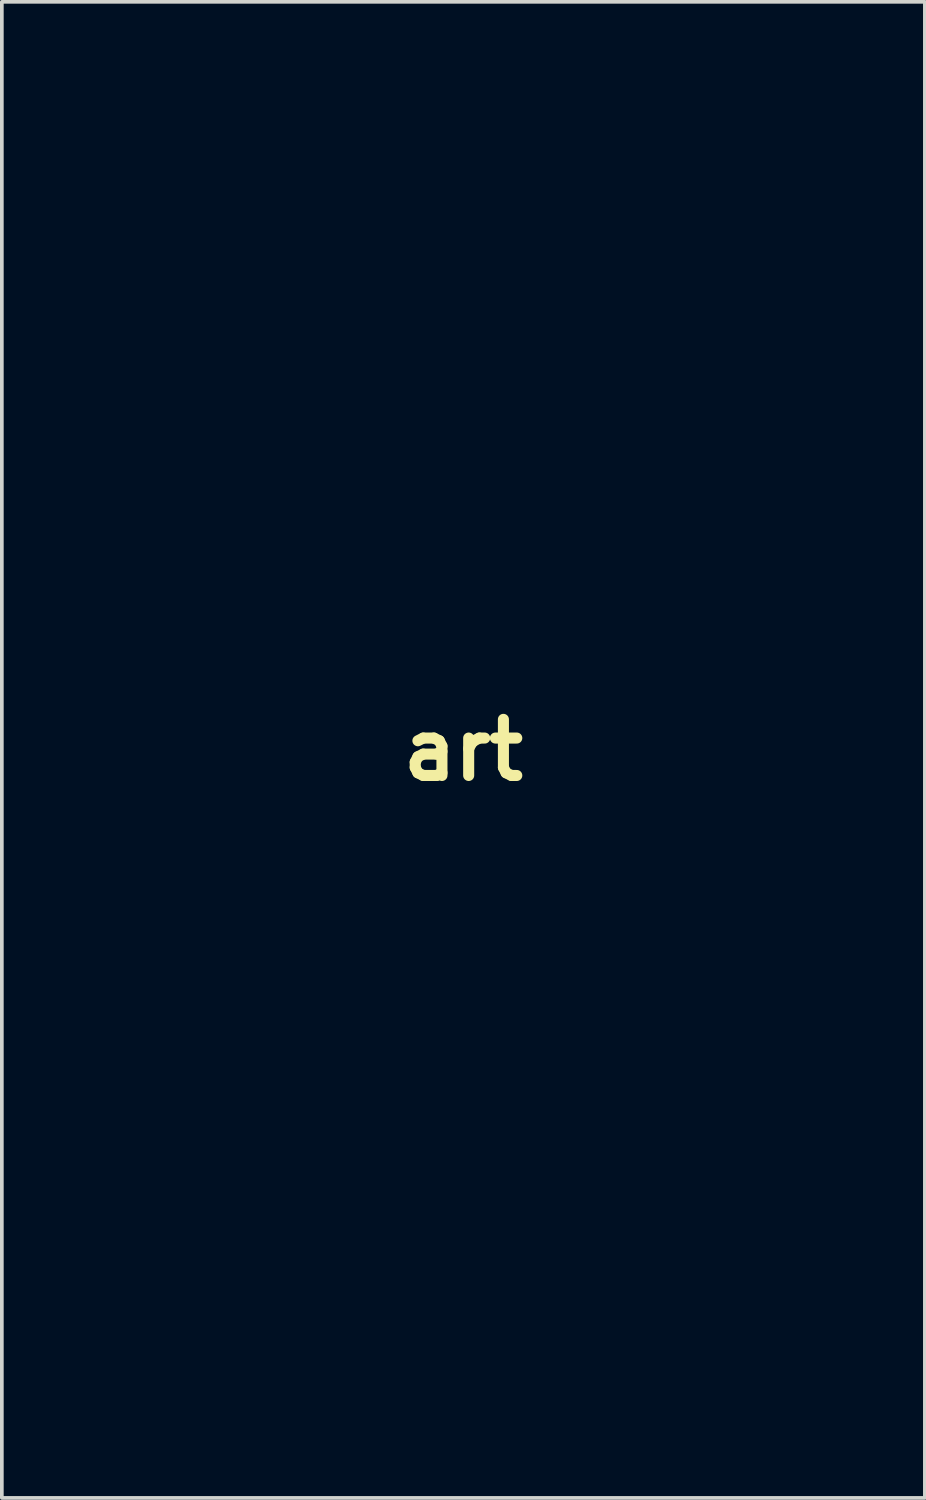
<source format=kicad_pcb>
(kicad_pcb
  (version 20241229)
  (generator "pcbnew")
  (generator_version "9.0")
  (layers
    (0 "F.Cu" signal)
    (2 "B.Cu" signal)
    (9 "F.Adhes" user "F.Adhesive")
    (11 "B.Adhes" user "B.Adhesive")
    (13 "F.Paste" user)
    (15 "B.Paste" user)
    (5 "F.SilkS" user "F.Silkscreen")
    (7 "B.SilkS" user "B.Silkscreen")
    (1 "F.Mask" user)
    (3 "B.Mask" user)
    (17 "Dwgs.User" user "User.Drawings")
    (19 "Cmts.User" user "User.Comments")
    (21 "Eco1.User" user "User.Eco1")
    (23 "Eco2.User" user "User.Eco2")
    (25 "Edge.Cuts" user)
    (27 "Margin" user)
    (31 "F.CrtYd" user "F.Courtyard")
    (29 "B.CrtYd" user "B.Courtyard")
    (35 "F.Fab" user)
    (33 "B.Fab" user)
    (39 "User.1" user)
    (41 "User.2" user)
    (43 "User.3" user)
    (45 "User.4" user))
  (footprint "art"
    (layer "F.Cu")
    (at 9.532 17.319)
    (property "Reference" "art" (at 0 0 0) (layer "F.SilkS") (effects (font (size 1.524 1.524) (thickness 0.3))))
    (attr through_hole)
    (fp_poly (pts (xy 9.524 15.007) (xy 9.524 15.642) (xy 8.963 16.465) (xy 8.802 16.697) (xy 8.656 16.904) (xy 8.532 17.077) (xy 8.436 17.206) (xy 8.376 17.28) (xy 8.36 17.294) (xy 8.304 17.28) (xy 8.196 17.236) (xy 8.059 17.171) (xy 8.056 17.17) (xy 7.925 17.101) (xy 7.83 17.044) (xy 7.792 17.012) (xy 7.792 17.011) (xy 7.814 16.97) (xy 7.878 16.868) (xy 7.978 16.71) (xy 8.111 16.506) (xy 8.269 16.264) (xy 8.449 15.991) (xy 8.645 15.695) (xy 8.657 15.677) (xy 9.524 14.372) (xy 9.524 15.007)) (stroke (width 0.01) (type solid)) (fill yes) (layer "F.Mask"))
    (fp_poly (pts (xy -8.657 15.677) (xy -8.46 15.974) (xy -8.279 16.249) (xy -8.119 16.493) (xy -7.985 16.7) (xy -7.882 16.86) (xy -7.816 16.966) (xy -7.791 17.01) (xy -7.791 17.011) (xy -7.827 17.042) (xy -7.92 17.096) (xy -8.051 17.162) (xy -8.055 17.164) (xy -8.191 17.229) (xy -8.295 17.279) (xy -8.345 17.304) (xy -8.345 17.304) (xy -8.38 17.279) (xy -8.449 17.199) (xy -8.539 17.081) (xy -8.56 17.052) (xy -8.651 16.921) (xy -8.776 16.74) (xy -8.92 16.529) (xy -9.071 16.308) (xy -9.136 16.211) (xy -9.525 15.637) (xy -9.525 15.005) (xy -9.524 14.372) (xy -8.657 15.677)) (stroke (width 0.01) (type solid)) (fill yes) (layer "F.Mask"))
    (fp_poly (pts (xy -3.147 14.429) (xy -3.08 14.524) (xy -2.979 14.671) (xy -2.85 14.86) (xy -2.701 15.082) (xy -2.538 15.326) (xy -2.366 15.584) (xy -2.193 15.846) (xy -2.025 16.102) (xy -1.867 16.342) (xy -1.727 16.557) (xy -1.611 16.738) (xy -1.524 16.874) (xy -1.475 16.957) (xy -1.465 16.976) (xy -1.481 17.025) (xy -1.564 17.089) (xy -1.721 17.171) (xy -1.726 17.174) (xy -1.865 17.237) (xy -1.975 17.279) (xy -2.032 17.293) (xy -2.034 17.292) (xy -2.065 17.253) (xy -2.136 17.155) (xy -2.24 17.006) (xy -2.37 16.818) (xy -2.519 16.599) (xy -2.608 16.47) (xy -2.764 16.24) (xy -2.905 16.036) (xy -3.023 15.868) (xy -3.112 15.744) (xy -3.164 15.675) (xy -3.175 15.665) (xy -3.204 15.698) (xy -3.273 15.792) (xy -3.376 15.937) (xy -3.505 16.122) (xy -3.654 16.339) (xy -3.747 16.476) (xy -3.906 16.707) (xy -4.05 16.913) (xy -4.173 17.084) (xy -4.267 17.21) (xy -4.325 17.281) (xy -4.34 17.294) (xy -4.396 17.28) (xy -4.504 17.236) (xy -4.641 17.171) (xy -4.644 17.17) (xy -4.796 17.086) (xy -4.874 17.021) (xy -4.885 16.976) (xy -4.857 16.926) (xy -4.79 16.817) (xy -4.688 16.658) (xy -4.56 16.46) (xy -4.411 16.232) (xy -4.247 15.983) (xy -4.076 15.724) (xy -3.903 15.463) (xy -3.734 15.21) (xy -3.577 14.975) (xy -3.437 14.767) (xy -3.32 14.596) (xy -3.234 14.473) (xy -3.184 14.405) (xy -3.175 14.395) (xy -3.147 14.429)) (stroke (width 0.01) (type solid)) (fill yes) (layer "F.Mask"))
    (fp_poly (pts (xy 3.203 14.429) (xy 3.27 14.524) (xy 3.371 14.671) (xy 3.5 14.86) (xy 3.649 15.082) (xy 3.812 15.326) (xy 3.984 15.584) (xy 4.157 15.846) (xy 4.325 16.102) (xy 4.483 16.342) (xy 4.623 16.557) (xy 4.739 16.738) (xy 4.826 16.874) (xy 4.875 16.957) (xy 4.885 16.976) (xy 4.869 17.025) (xy 4.786 17.089) (xy 4.629 17.171) (xy 4.624 17.174) (xy 4.485 17.237) (xy 4.375 17.279) (xy 4.318 17.293) (xy 4.316 17.292) (xy 4.285 17.253) (xy 4.214 17.155) (xy 4.11 17.006) (xy 3.98 16.818) (xy 3.831 16.599) (xy 3.742 16.47) (xy 3.586 16.24) (xy 3.445 16.036) (xy 3.327 15.868) (xy 3.238 15.744) (xy 3.186 15.675) (xy 3.175 15.665) (xy 3.146 15.698) (xy 3.077 15.792) (xy 2.974 15.937) (xy 2.845 16.122) (xy 2.696 16.339) (xy 2.603 16.476) (xy 2.444 16.707) (xy 2.3 16.913) (xy 2.177 17.084) (xy 2.083 17.21) (xy 2.025 17.281) (xy 2.01 17.294) (xy 1.954 17.28) (xy 1.846 17.236) (xy 1.709 17.171) (xy 1.706 17.17) (xy 1.554 17.086) (xy 1.476 17.021) (xy 1.465 16.976) (xy 1.493 16.926) (xy 1.56 16.817) (xy 1.662 16.658) (xy 1.79 16.46) (xy 1.939 16.232) (xy 2.103 15.983) (xy 2.274 15.724) (xy 2.447 15.463) (xy 2.616 15.21) (xy 2.773 14.975) (xy 2.913 14.767) (xy 3.03 14.596) (xy 3.116 14.473) (xy 3.166 14.405) (xy 3.175 14.395) (xy 3.203 14.429)) (stroke (width 0.01) (type solid)) (fill yes) (layer "F.Mask"))
    (fp_poly (pts (xy 6.924 -17.279) (xy 7.453 -17.173) (xy 7.943 -16.994) (xy 8.397 -16.741) (xy 8.82 -16.412) (xy 8.929 -16.311) (xy 9.069 -16.176) (xy 9.185 -16.068) (xy 9.264 -15.996) (xy 9.295 -15.972) (xy 9.319 -16.009) (xy 9.375 -16.094) (xy 9.413 -16.149) (xy 9.525 -16.318) (xy 9.525 -15.07) (xy 8.39 -13.366) (xy 8.163 -13.025) (xy 7.95 -12.705) (xy 7.755 -12.413) (xy 7.584 -12.155) (xy 7.441 -11.94) (xy 7.33 -11.773) (xy 7.257 -11.662) (xy 7.226 -11.615) (xy 7.226 -11.614) (xy 7.248 -11.581) (xy 7.33 -11.537) (xy 7.446 -11.49) (xy 7.575 -11.449) (xy 7.692 -11.42) (xy 7.774 -11.413) (xy 7.795 -11.421) (xy 7.824 -11.462) (xy 7.895 -11.566) (xy 8.001 -11.724) (xy 8.137 -11.928) (xy 8.299 -12.171) (xy 8.48 -12.444) (xy 8.674 -12.737) (xy 9.525 -14.023) (xy 9.525 -12.758) (xy 8.956 -11.919) (xy 8.387 -11.081) (xy 8.628 -10.903) (xy 8.791 -10.771) (xy 8.963 -10.612) (xy 9.071 -10.5) (xy 9.171 -10.393) (xy 9.248 -10.318) (xy 9.286 -10.291) (xy 9.287 -10.292) (xy 9.316 -10.334) (xy 9.376 -10.422) (xy 9.413 -10.477) (xy 9.525 -10.645) (xy 9.525 -10.021) (xy 9.525 -9.397) (xy 8.39 -7.694) (xy 8.163 -7.353) (xy 7.95 -7.032) (xy 7.755 -6.74) (xy 7.584 -6.482) (xy 7.441 -6.267) (xy 7.33 -6.1) (xy 7.257 -5.989) (xy 7.226 -5.941) (xy 7.225 -5.94) (xy 7.243 -5.898) (xy 7.346 -5.849) (xy 7.427 -5.823) (xy 7.565 -5.782) (xy 7.674 -5.748) (xy 7.717 -5.734) (xy 7.757 -5.762) (xy 7.84 -5.859) (xy 7.966 -6.028) (xy 8.135 -6.267) (xy 8.348 -6.578) (xy 8.605 -6.961) (xy 8.639 -7.011) (xy 9.504 -8.31) (xy 9.516 -7.696) (xy 9.527 -7.082) (xy 8.958 -6.244) (xy 8.39 -5.407) (xy 8.639 -5.219) (xy 8.802 -5.085) (xy 8.971 -4.929) (xy 9.083 -4.812) (xy 9.186 -4.699) (xy 9.25 -4.641) (xy 9.29 -4.631) (xy 9.322 -4.659) (xy 9.336 -4.678) (xy 9.409 -4.783) (xy 9.46 -4.847) (xy 9.493 -4.863) (xy 9.512 -4.822) (xy 9.52 -4.718) (xy 9.523 -4.543) (xy 9.524 -4.328) (xy 9.525 -3.725) (xy 8.39 -2.021) (xy 8.163 -1.68) (xy 7.95 -1.36) (xy 7.755 -1.067) (xy 7.584 -0.809) (xy 7.44 -0.594) (xy 7.33 -0.427) (xy 7.256 -0.316) (xy 7.225 -0.268) (xy 7.225 -0.267) (xy 7.241 -0.227) (xy 7.334 -0.18) (xy 7.478 -0.131) (xy 7.623 -0.091) (xy 7.734 -0.067) (xy 7.79 -0.064) (xy 7.79 -0.064) (xy 7.82 -0.103) (xy 7.89 -0.204) (xy 7.996 -0.36) (xy 8.131 -0.562) (xy 8.292 -0.804) (xy 8.472 -1.076) (xy 8.662 -1.363) (xy 9.504 -2.643) (xy 9.516 -2.021) (xy 9.527 -1.398) (xy 8.957 -0.559) (xy 8.387 0.281) (xy 8.522 0.361) (xy 8.61 0.425) (xy 8.736 0.532) (xy 8.881 0.666) (xy 8.972 0.756) (xy 9.113 0.895) (xy 9.208 0.981) (xy 9.268 1.022) (xy 9.306 1.025) (xy 9.335 0.999) (xy 9.341 0.99) (xy 9.411 0.885) (xy 9.461 0.823) (xy 9.493 0.809) (xy 9.511 0.853) (xy 9.52 0.96) (xy 9.523 1.139) (xy 9.524 1.344) (xy 9.525 1.948) (xy 8.382 3.661) (xy 8.155 4.003) (xy 7.942 4.324) (xy 7.748 4.617) (xy 7.579 4.875) (xy 7.437 5.091) (xy 7.329 5.259) (xy 7.258 5.371) (xy 7.229 5.42) (xy 7.229 5.421) (xy 7.26 5.455) (xy 7.348 5.499) (xy 7.469 5.546) (xy 7.596 5.587) (xy 7.706 5.612) (xy 7.772 5.613) (xy 7.805 5.575) (xy 7.878 5.474) (xy 7.987 5.318) (xy 8.126 5.115) (xy 8.289 4.874) (xy 8.47 4.602) (xy 8.661 4.314) (xy 9.504 3.031) (xy 9.516 3.653) (xy 9.527 4.274) (xy 8.955 5.117) (xy 8.383 5.959) (xy 8.563 6.076) (xy 8.676 6.163) (xy 8.821 6.288) (xy 8.97 6.43) (xy 9.012 6.473) (xy 9.14 6.602) (xy 9.223 6.679) (xy 9.275 6.709) (xy 9.309 6.702) (xy 9.338 6.667) (xy 9.409 6.561) (xy 9.459 6.497) (xy 9.492 6.482) (xy 9.511 6.524) (xy 9.52 6.629) (xy 9.523 6.805) (xy 9.524 7.027) (xy 9.525 7.641) (xy 8.361 9.387) (xy 8.132 9.731) (xy 7.918 10.054) (xy 7.723 10.347) (xy 7.552 10.606) (xy 7.41 10.823) (xy 7.3 10.991) (xy 7.228 11.103) (xy 7.197 11.153) (xy 7.197 11.155) (xy 7.232 11.173) (xy 7.271 11.177) (xy 7.352 11.192) (xy 7.477 11.226) (xy 7.561 11.253) (xy 7.777 11.328) (xy 8.64 10.023) (xy 9.504 8.719) (xy 9.516 9.336) (xy 9.527 9.953) (xy 8.388 11.628) (xy 8.66 11.833) (xy 8.821 11.965) (xy 8.982 12.113) (xy 9.107 12.245) (xy 9.107 12.246) (xy 9.282 12.453) (xy 9.393 12.269) (xy 9.504 12.086) (xy 9.527 13.309) (xy 8.351 15.076) (xy 8.081 15.482) (xy 7.853 15.823) (xy 7.663 16.103) (xy 7.508 16.328) (xy 7.384 16.504) (xy 7.287 16.635) (xy 7.214 16.727) (xy 7.16 16.786) (xy 7.121 16.816) (xy 7.094 16.824) (xy 7.091 16.823) (xy 7.005 16.808) (xy 6.867 16.788) (xy 6.74 16.773) (xy 6.474 16.743) (xy 6.79 16.257) (xy 6.904 16.079) (xy 6.998 15.929) (xy 7.063 15.818) (xy 7.092 15.761) (xy 7.092 15.757) (xy 7.047 15.758) (xy 6.949 15.78) (xy 6.894 15.794) (xy 6.762 15.819) (xy 6.581 15.838) (xy 6.386 15.846) (xy 6.35 15.846) (xy 6.156 15.84) (xy 5.969 15.823) (xy 5.826 15.799) (xy 5.806 15.794) (xy 5.693 15.766) (xy 5.62 15.755) (xy 5.608 15.757) (xy 5.624 15.795) (xy 5.68 15.891) (xy 5.766 16.031) (xy 5.874 16.202) (xy 5.91 16.257) (xy 6.226 16.743) (xy 5.96 16.773) (xy 5.805 16.792) (xy 5.675 16.811) (xy 5.609 16.823) (xy 5.584 16.819) (xy 5.547 16.793) (xy 5.496 16.739) (xy 5.425 16.652) (xy 5.333 16.527) (xy 5.213 16.358) (xy 5.064 16.14) (xy 4.88 15.869) (xy 4.658 15.537) (xy 4.394 15.141) (xy 4.36 15.09) (xy 4.131 14.746) (xy 3.916 14.424) (xy 3.72 14.131) (xy 3.654 14.033) (xy 4.853 14.033) (xy 4.857 14.321) (xy 4.885 14.449) (xy 5.014 14.748) (xy 5.206 15.004) (xy 5.451 15.21) (xy 5.737 15.361) (xy 6.053 15.453) (xy 6.387 15.48) (xy 6.729 15.438) (xy 6.951 15.37) (xy 7.222 15.226) (xy 7.469 15.021) (xy 7.667 14.775) (xy 7.734 14.656) (xy 7.833 14.366) (xy 7.849 14.072) (xy 7.786 13.783) (xy 7.646 13.509) (xy 7.43 13.257) (xy 7.404 13.233) (xy 7.148 13.043) (xy 6.872 12.921) (xy 6.558 12.861) (xy 6.35 12.852) (xy 6.005 12.879) (xy 5.709 12.964) (xy 5.444 13.114) (xy 5.296 13.233) (xy 5.076 13.478) (xy 4.927 13.749) (xy 4.853 14.033) (xy 3.654 14.033) (xy 3.547 13.874) (xy 3.401 13.66) (xy 3.349 13.583) (xy 4.182 13.583) (xy 4.217 13.664) (xy 4.287 13.777) (xy 4.363 13.888) (xy 4.41 13.935) (xy 4.438 13.926) (xy 4.449 13.901) (xy 4.481 13.815) (xy 4.527 13.687) (xy 4.551 13.62) (xy 4.696 13.331) (xy 4.914 13.07) (xy 5.194 12.847) (xy 5.526 12.67) (xy 5.677 12.612) (xy 5.976 12.543) (xy 6.314 12.516) (xy 6.654 12.533) (xy 6.964 12.594) (xy 7.023 12.612) (xy 7.373 12.767) (xy 7.676 12.972) (xy 7.921 13.218) (xy 8.098 13.496) (xy 8.149 13.62) (xy 8.197 13.754) (xy 8.238 13.866) (xy 8.251 13.901) (xy 8.274 13.936) (xy 8.309 13.92) (xy 8.368 13.845) (xy 8.413 13.777) (xy 8.487 13.658) (xy 8.519 13.579) (xy 8.515 13.51) (xy 8.485 13.428) (xy 8.373 13.222) (xy 8.212 13.003) (xy 8.023 12.799) (xy 7.901 12.692) (xy 7.52 12.442) (xy 7.111 12.268) (xy 6.686 12.171) (xy 6.253 12.15) (xy 5.822 12.205) (xy 5.403 12.336) (xy 5.006 12.544) (xy 4.799 12.692) (xy 4.606 12.87) (xy 4.425 13.083) (xy 4.279 13.301) (xy 4.215 13.428) (xy 4.184 13.515) (xy 4.182 13.583) (xy 3.349 13.583) (xy 3.288 13.494) (xy 3.212 13.385) (xy 3.177 13.338) (xy 3.175 13.337) (xy 3.148 13.371) (xy 3.079 13.47) (xy 2.972 13.625) (xy 2.833 13.831) (xy 2.664 14.08) (xy 2.472 14.367) (xy 2.26 14.684) (xy 2.033 15.025) (xy 1.99 15.09) (xy 1.721 15.495) (xy 1.494 15.833) (xy 1.306 16.112) (xy 1.152 16.336) (xy 1.03 16.51) (xy 0.934 16.639) (xy 0.861 16.73) (xy 0.808 16.788) (xy 0.77 16.817) (xy 0.743 16.824) (xy 0.741 16.823) (xy 0.655 16.808) (xy 0.517 16.788) (xy 0.39 16.773) (xy 0.124 16.743) (xy 0.44 16.257) (xy 0.554 16.079) (xy 0.648 15.929) (xy 0.713 15.818) (xy 0.742 15.761) (xy 0.742 15.757) (xy 0.697 15.758) (xy 0.599 15.78) (xy 0.544 15.794) (xy 0.412 15.819) (xy 0.231 15.838) (xy 0.036 15.846) (xy 0 15.846) (xy -0.194 15.84) (xy -0.381 15.823) (xy -0.524 15.799) (xy -0.544 15.794) (xy -0.657 15.766) (xy -0.73 15.755) (xy -0.742 15.757) (xy -0.726 15.795) (xy -0.67 15.891) (xy -0.584 16.031) (xy -0.476 16.202) (xy -0.44 16.257) (xy -0.124 16.743) (xy -0.39 16.773) (xy -0.545 16.792) (xy -0.675 16.811) (xy -0.741 16.823) (xy -0.766 16.819) (xy -0.803 16.793) (xy -0.854 16.739) (xy -0.925 16.652) (xy -1.017 16.527) (xy -1.137 16.358) (xy -1.286 16.14) (xy -1.47 15.869) (xy -1.692 15.537) (xy -1.956 15.141) (xy -1.99 15.09) (xy -2.219 14.746) (xy -2.434 14.424) (xy -2.63 14.131) (xy -2.696 14.033) (xy -1.497 14.033) (xy -1.493 14.321) (xy -1.465 14.449) (xy -1.336 14.748) (xy -1.144 15.004) (xy -0.899 15.21) (xy -0.613 15.361) (xy -0.297 15.453) (xy 0.037 15.48) (xy 0.379 15.438) (xy 0.601 15.37) (xy 0.872 15.226) (xy 1.119 15.021) (xy 1.317 14.775) (xy 1.384 14.656) (xy 1.483 14.366) (xy 1.499 14.072) (xy 1.436 13.783) (xy 1.296 13.509) (xy 1.08 13.257) (xy 1.054 13.233) (xy 0.798 13.043) (xy 0.522 12.921) (xy 0.208 12.861) (xy 0 12.852) (xy -0.345 12.879) (xy -0.641 12.964) (xy -0.906 13.114) (xy -1.054 13.233) (xy -1.274 13.478) (xy -1.423 13.749) (xy -1.497 14.033) (xy -2.696 14.033) (xy -2.803 13.874) (xy -2.949 13.66) (xy -3.001 13.583) (xy -2.168 13.583) (xy -2.133 13.664) (xy -2.063 13.777) (xy -1.987 13.888) (xy -1.94 13.935) (xy -1.912 13.926) (xy -1.901 13.901) (xy -1.869 13.815) (xy -1.823 13.687) (xy -1.799 13.62) (xy -1.654 13.331) (xy -1.436 13.07) (xy -1.156 12.847) (xy -0.824 12.67) (xy -0.673 12.612) (xy -0.374 12.543) (xy -0.036 12.516) (xy 0.304 12.533) (xy 0.614 12.594) (xy 0.673 12.612) (xy 1.023 12.767) (xy 1.326 12.972) (xy 1.571 13.218) (xy 1.748 13.496) (xy 1.799 13.62) (xy 1.847 13.754) (xy 1.888 13.866) (xy 1.901 13.901) (xy 1.924 13.936) (xy 1.959 13.92) (xy 2.018 13.845) (xy 2.063 13.777) (xy 2.137 13.658) (xy 2.169 13.579) (xy 2.165 13.51) (xy 2.135 13.428) (xy 2.023 13.222) (xy 1.862 13.003) (xy 1.673 12.799) (xy 1.551 12.692) (xy 1.17 12.442) (xy 0.761 12.268) (xy 0.336 12.171) (xy -0.097 12.15) (xy -0.528 12.205) (xy -0.947 12.336) (xy -1.344 12.544) (xy -1.551 12.692) (xy -1.744 12.87) (xy -1.925 13.083) (xy -2.071 13.301) (xy -2.135 13.428) (xy -2.166 13.515) (xy -2.168 13.583) (xy -3.001 13.583) (xy -3.062 13.494) (xy -3.138 13.385) (xy -3.173 13.338) (xy -3.175 13.337) (xy -3.202 13.371) (xy -3.271 13.47) (xy -3.378 13.625) (xy -3.517 13.831) (xy -3.686 14.08) (xy -3.878 14.367) (xy -4.09 14.684) (xy -4.317 15.025) (xy -4.36 15.09) (xy -4.629 15.495) (xy -4.856 15.833) (xy -5.044 16.112) (xy -5.198 16.336) (xy -5.32 16.51) (xy -5.416 16.639) (xy -5.489 16.73) (xy -5.542 16.788) (xy -5.58 16.817) (xy -5.607 16.824) (xy -5.609 16.823) (xy -5.695 16.808) (xy -5.833 16.788) (xy -5.96 16.773) (xy -6.226 16.743) (xy -5.91 16.257) (xy -5.796 16.079) (xy -5.702 15.929) (xy -5.637 15.818) (xy -5.608 15.761) (xy -5.608 15.757) (xy -5.653 15.758) (xy -5.751 15.78) (xy -5.806 15.794) (xy -5.938 15.819) (xy -6.119 15.838) (xy -6.314 15.846) (xy -6.35 15.846) (xy -6.544 15.84) (xy -6.731 15.823) (xy -6.874 15.799) (xy -6.894 15.794) (xy -7.007 15.766) (xy -7.08 15.755) (xy -7.092 15.757) (xy -7.076 15.795) (xy -7.02 15.891) (xy -6.934 16.031) (xy -6.826 16.202) (xy -6.79 16.257) (xy -6.474 16.743) (xy -6.74 16.773) (xy -6.895 16.792) (xy -7.025 16.811) (xy -7.091 16.823) (xy -7.116 16.819) (xy -7.153 16.793) (xy -7.204 16.739) (xy -7.274 16.652) (xy -7.367 16.527) (xy -7.487 16.359) (xy -7.637 16.142) (xy -7.82 15.87) (xy -8.042 15.54) (xy -8.306 15.144) (xy -8.351 15.076) (xy -9.046 14.033) (xy -7.847 14.033) (xy -7.843 14.321) (xy -7.815 14.449) (xy -7.686 14.748) (xy -7.494 15.004) (xy -7.249 15.21) (xy -6.963 15.361) (xy -6.647 15.453) (xy -6.313 15.48) (xy -5.971 15.438) (xy -5.749 15.37) (xy -5.478 15.226) (xy -5.231 15.021) (xy -5.033 14.775) (xy -4.966 14.656) (xy -4.867 14.366) (xy -4.851 14.072) (xy -4.914 13.783) (xy -5.054 13.509) (xy -5.27 13.257) (xy -5.296 13.233) (xy -5.552 13.043) (xy -5.828 12.921) (xy -6.142 12.861) (xy -6.35 12.852) (xy -6.695 12.879) (xy -6.991 12.964) (xy -7.256 13.114) (xy -7.404 13.233) (xy -7.624 13.478) (xy -7.773 13.749) (xy -7.847 14.033) (xy -9.046 14.033) (xy -9.345 13.583) (xy -8.518 13.583) (xy -8.483 13.664) (xy -8.413 13.777) (xy -8.337 13.888) (xy -8.29 13.935) (xy -8.262 13.926) (xy -8.251 13.901) (xy -8.219 13.815) (xy -8.173 13.687) (xy -8.149 13.62) (xy -8.004 13.331) (xy -7.786 13.07) (xy -7.506 12.847) (xy -7.174 12.67) (xy -7.023 12.612) (xy -6.724 12.543) (xy -6.386 12.516) (xy -6.046 12.533) (xy -5.736 12.594) (xy -5.677 12.612) (xy -5.327 12.767) (xy -5.024 12.972) (xy -4.779 13.218) (xy -4.602 13.496) (xy -4.551 13.62) (xy -4.503 13.754) (xy -4.462 13.866) (xy -4.449 13.901) (xy -4.426 13.936) (xy -4.391 13.92) (xy -4.332 13.845) (xy -4.287 13.777) (xy -4.213 13.658) (xy -4.181 13.579) (xy -4.185 13.51) (xy -4.215 13.428) (xy -4.327 13.222) (xy -4.488 13.003) (xy -4.677 12.799) (xy -4.799 12.692) (xy -5.18 12.442) (xy -5.589 12.268) (xy -6.014 12.171) (xy -6.447 12.15) (xy -6.878 12.205) (xy -7.297 12.336) (xy -7.694 12.544) (xy -7.901 12.692) (xy -8.094 12.87) (xy -8.275 13.083) (xy -8.421 13.301) (xy -8.485 13.428) (xy -8.516 13.515) (xy -8.518 13.583) (xy -9.345 13.583) (xy -9.527 13.309) (xy -9.518 12.83) (xy -9.023 12.83) (xy -8.904 13.019) (xy -8.835 13.124) (xy -8.788 13.193) (xy -8.774 13.208) (xy -8.751 13.174) (xy -8.704 13.09) (xy -8.683 13.049) (xy -8.486 12.755) (xy -8.22 12.487) (xy -7.895 12.255) (xy -7.525 12.065) (xy -7.122 11.925) (xy -6.737 11.847) (xy -6.301 11.823) (xy -5.867 11.864) (xy -5.447 11.964) (xy -5.052 12.118) (xy -4.694 12.322) (xy -4.385 12.569) (xy -4.136 12.855) (xy -4.014 13.055) (xy -3.929 13.22) (xy -3.802 13.026) (xy -3.676 12.831) (xy -3.677 12.83) (xy -2.673 12.83) (xy -2.554 13.019) (xy -2.485 13.124) (xy -2.438 13.193) (xy -2.424 13.208) (xy -2.401 13.174) (xy -2.354 13.09) (xy -2.333 13.049) (xy -2.136 12.755) (xy -1.87 12.487) (xy -1.545 12.255) (xy -1.175 12.065) (xy -0.772 11.925) (xy -0.387 11.847) (xy 0.049 11.823) (xy 0.483 11.864) (xy 0.903 11.964) (xy 1.298 12.118) (xy 1.656 12.322) (xy 1.965 12.569) (xy 2.214 12.855) (xy 2.336 13.055) (xy 2.421 13.22) (xy 2.548 13.026) (xy 2.674 12.831) (xy 2.673 12.83) (xy 3.677 12.83) (xy 3.796 13.019) (xy 3.865 13.124) (xy 3.912 13.193) (xy 3.926 13.208) (xy 3.949 13.174) (xy 3.996 13.09) (xy 4.017 13.049) (xy 4.214 12.755) (xy 4.48 12.487) (xy 4.805 12.255) (xy 5.175 12.065) (xy 5.578 11.925) (xy 5.963 11.847) (xy 6.399 11.823) (xy 6.833 11.864) (xy 7.253 11.964) (xy 7.648 12.118) (xy 8.006 12.322) (xy 8.315 12.569) (xy 8.564 12.855) (xy 8.686 13.055) (xy 8.771 13.22) (xy 8.898 13.026) (xy 9.024 12.831) (xy 8.895 12.644) (xy 8.687 12.391) (xy 8.419 12.143) (xy 8.115 11.919) (xy 7.812 11.745) (xy 7.51 11.607) (xy 7.243 11.511) (xy 6.982 11.451) (xy 6.696 11.42) (xy 6.357 11.411) (xy 6.35 11.411) (xy 6.01 11.419) (xy 5.723 11.45) (xy 5.461 11.51) (xy 5.194 11.605) (xy 4.894 11.742) (xy 4.888 11.745) (xy 4.573 11.927) (xy 4.271 12.151) (xy 4.006 12.399) (xy 3.806 12.643) (xy 3.677 12.83) (xy 2.673 12.83) (xy 2.545 12.644) (xy 2.337 12.391) (xy 2.069 12.143) (xy 1.765 11.919) (xy 1.462 11.745) (xy 1.206 11.628) (xy 2.038 11.628) (xy 2.31 11.833) (xy 2.471 11.965) (xy 2.632 12.113) (xy 2.757 12.245) (xy 2.757 12.246) (xy 2.932 12.453) (xy 3.035 12.28) (xy 3.102 12.178) (xy 3.158 12.116) (xy 3.175 12.107) (xy 3.217 12.141) (xy 3.281 12.225) (xy 3.315 12.28) (xy 3.418 12.453) (xy 3.593 12.246) (xy 3.718 12.113) (xy 3.879 11.965) (xy 4.039 11.833) (xy 4.04 11.833) (xy 4.312 11.628) (xy 3.762 10.82) (xy 3.604 10.59) (xy 3.461 10.385) (xy 3.339 10.216) (xy 3.246 10.092) (xy 3.189 10.023) (xy 3.175 10.012) (xy 3.141 10.045) (xy 3.068 10.139) (xy 2.961 10.284) (xy 2.829 10.47) (xy 2.679 10.687) (xy 2.588 10.82) (xy 2.038 11.628) (xy 1.206 11.628) (xy 1.16 11.607) (xy 0.893 11.511) (xy 0.632 11.451) (xy 0.346 11.42) (xy 0.007 11.411) (xy 0 11.411) (xy -0.34 11.419) (xy -0.627 11.45) (xy -0.889 11.51) (xy -1.156 11.605) (xy -1.456 11.742) (xy -1.462 11.745) (xy -1.777 11.927) (xy -2.079 12.151) (xy -2.344 12.399) (xy -2.544 12.643) (xy -2.673 12.83) (xy -3.677 12.83) (xy -3.805 12.644) (xy -4.013 12.391) (xy -4.281 12.143) (xy -4.585 11.919) (xy -4.888 11.745) (xy -5.144 11.628) (xy -4.312 11.628) (xy -4.04 11.833) (xy -3.879 11.965) (xy -3.718 12.113) (xy -3.593 12.245) (xy -3.593 12.246) (xy -3.418 12.453) (xy -3.315 12.28) (xy -3.248 12.178) (xy -3.192 12.116) (xy -3.175 12.107) (xy -3.133 12.141) (xy -3.069 12.225) (xy -3.035 12.28) (xy -2.932 12.453) (xy -2.757 12.246) (xy -2.632 12.113) (xy -2.471 11.965) (xy -2.311 11.833) (xy -2.31 11.833) (xy -2.038 11.628) (xy -2.588 10.82) (xy -2.746 10.59) (xy -2.889 10.385) (xy -3.011 10.216) (xy -3.104 10.092) (xy -3.161 10.023) (xy -3.175 10.012) (xy -3.209 10.045) (xy -3.282 10.139) (xy -3.389 10.284) (xy -3.521 10.47) (xy -3.671 10.687) (xy -3.762 10.82) (xy -4.312 11.628) (xy -5.144 11.628) (xy -5.19 11.607) (xy -5.457 11.511) (xy -5.718 11.451) (xy -6.004 11.42) (xy -6.343 11.411) (xy -6.35 11.411) (xy -6.69 11.419) (xy -6.977 11.45) (xy -7.239 11.51) (xy -7.506 11.605) (xy -7.806 11.742) (xy -7.812 11.745) (xy -8.127 11.927) (xy -8.429 12.151) (xy -8.694 12.399) (xy -8.894 12.643) (xy -9.023 12.83) (xy -9.518 12.83) (xy -9.516 12.698) (xy -9.504 12.086) (xy -9.393 12.269) (xy -9.282 12.453) (xy -9.107 12.246) (xy -8.982 12.113) (xy -8.821 11.965) (xy -8.661 11.833) (xy -8.66 11.833) (xy -8.388 11.628) (xy -8.958 10.79) (xy -9.527 9.953) (xy -9.516 9.336) (xy -9.504 8.719) (xy -8.64 10.023) (xy -7.777 11.328) (xy -7.561 11.253) (xy -7.425 11.211) (xy -7.312 11.183) (xy -7.271 11.177) (xy -7.208 11.166) (xy -7.197 11.155) (xy -7.211 11.131) (xy -5.494 11.131) (xy -5.463 11.156) (xy -5.372 11.189) (xy -5.282 11.212) (xy -5.144 11.248) (xy -5.034 11.284) (xy -4.996 11.302) (xy -4.971 11.3) (xy -4.929 11.266) (xy -4.867 11.196) (xy -4.78 11.083) (xy -4.665 10.922) (xy -4.517 10.707) (xy -4.332 10.433) (xy -4.106 10.093) (xy -4.072 10.042) (xy -3.875 9.746) (xy -3.692 9.474) (xy -3.529 9.234) (xy -3.39 9.033) (xy -3.281 8.878) (xy -3.208 8.779) (xy -3.175 8.742) (xy -3.175 8.742) (xy -3.144 8.776) (xy -3.073 8.873) (xy -2.965 9.025) (xy -2.828 9.225) (xy -2.665 9.464) (xy -2.483 9.734) (xy -2.287 10.029) (xy -2.278 10.042) (xy -2.046 10.39) (xy -1.856 10.673) (xy -1.703 10.896) (xy -1.584 11.064) (xy -1.493 11.183) (xy -1.428 11.259) (xy -1.384 11.297) (xy -1.357 11.303) (xy -1.354 11.302) (xy -1.278 11.271) (xy -1.154 11.233) (xy -1.068 11.212) (xy -0.947 11.179) (xy -0.871 11.148) (xy -0.856 11.131) (xy 0.856 11.131) (xy 0.887 11.156) (xy 0.978 11.189) (xy 1.068 11.212) (xy 1.206 11.248) (xy 1.316 11.284) (xy 1.354 11.302) (xy 1.379 11.3) (xy 1.421 11.266) (xy 1.483 11.196) (xy 1.57 11.083) (xy 1.685 10.922) (xy 1.833 10.707) (xy 2.018 10.433) (xy 2.244 10.093) (xy 2.278 10.042) (xy 2.475 9.746) (xy 2.658 9.474) (xy 2.821 9.234) (xy 2.96 9.033) (xy 3.069 8.878) (xy 3.142 8.779) (xy 3.175 8.742) (xy 3.175 8.742) (xy 3.206 8.776) (xy 3.277 8.873) (xy 3.385 9.025) (xy 3.522 9.225) (xy 3.685 9.464) (xy 3.867 9.734) (xy 4.063 10.029) (xy 4.072 10.042) (xy 4.304 10.39) (xy 4.494 10.673) (xy 4.647 10.896) (xy 4.766 11.064) (xy 4.857 11.183) (xy 4.922 11.259) (xy 4.966 11.297) (xy 4.993 11.303) (xy 4.996 11.302) (xy 5.072 11.271) (xy 5.196 11.233) (xy 5.282 11.212) (xy 5.403 11.179) (xy 5.479 11.148) (xy 5.494 11.131) (xy 5.467 11.086) (xy 5.399 10.98) (xy 5.295 10.821) (xy 5.161 10.617) (xy 5.002 10.378) (xy 4.824 10.11) (xy 4.809 10.087) (xy 5.605 10.087) (xy 5.622 10.125) (xy 5.678 10.22) (xy 5.765 10.359) (xy 5.876 10.528) (xy 5.907 10.575) (xy 6.038 10.768) (xy 6.134 10.9) (xy 6.204 10.984) (xy 6.261 11.029) (xy 6.314 11.047) (xy 6.35 11.049) (xy 6.405 11.043) (xy 6.458 11.016) (xy 6.519 10.959) (xy 6.597 10.859) (xy 6.704 10.706) (xy 6.793 10.575) (xy 6.908 10.4) (xy 7.002 10.253) (xy 7.067 10.145) (xy 7.095 10.09) (xy 7.095 10.087) (xy 7.049 10.087) (xy 6.95 10.103) (xy 6.895 10.115) (xy 6.763 10.136) (xy 6.581 10.151) (xy 6.386 10.158) (xy 6.35 10.158) (xy 6.156 10.153) (xy 5.969 10.139) (xy 5.824 10.119) (xy 5.805 10.115) (xy 5.69 10.092) (xy 5.617 10.084) (xy 5.605 10.087) (xy 4.809 10.087) (xy 4.633 9.823) (xy 4.433 9.523) (xy 4.231 9.221) (xy 4.031 8.923) (xy 3.84 8.638) (xy 3.745 8.497) (xy 4.847 8.497) (xy 4.89 8.787) (xy 4.966 8.984) (xy 5.141 9.248) (xy 5.379 9.476) (xy 5.665 9.654) (xy 5.982 9.769) (xy 6.029 9.78) (xy 6.24 9.802) (xy 6.489 9.793) (xy 6.734 9.757) (xy 6.92 9.703) (xy 7.234 9.54) (xy 7.494 9.322) (xy 7.692 9.059) (xy 7.816 8.772) (xy 7.857 8.487) (xy 7.819 8.204) (xy 7.708 7.932) (xy 7.53 7.682) (xy 7.29 7.464) (xy 6.993 7.288) (xy 6.992 7.288) (xy 6.862 7.233) (xy 6.742 7.199) (xy 6.603 7.181) (xy 6.416 7.176) (xy 6.35 7.176) (xy 6.145 7.179) (xy 5.995 7.192) (xy 5.872 7.221) (xy 5.748 7.27) (xy 5.708 7.288) (xy 5.406 7.467) (xy 5.165 7.686) (xy 4.989 7.937) (xy 4.882 8.211) (xy 4.847 8.497) (xy 3.745 8.497) (xy 3.663 8.375) (xy 3.504 8.141) (xy 3.371 7.945) (xy 3.327 7.881) (xy 4.154 7.881) (xy 4.286 8.096) (xy 4.361 8.212) (xy 4.407 8.262) (xy 4.435 8.257) (xy 4.449 8.23) (xy 4.48 8.143) (xy 4.527 8.014) (xy 4.551 7.945) (xy 4.702 7.643) (xy 4.923 7.379) (xy 5.207 7.158) (xy 5.545 6.987) (xy 5.929 6.871) (xy 6.064 6.846) (xy 6.43 6.824) (xy 6.793 6.871) (xy 7.14 6.978) (xy 7.46 7.139) (xy 7.739 7.349) (xy 7.965 7.6) (xy 8.126 7.886) (xy 8.149 7.945) (xy 8.197 8.081) (xy 8.238 8.194) (xy 8.251 8.23) (xy 8.274 8.265) (xy 8.308 8.25) (xy 8.364 8.175) (xy 8.414 8.096) (xy 8.546 7.881) (xy 8.435 7.655) (xy 8.35 7.516) (xy 8.224 7.351) (xy 8.08 7.189) (xy 8.046 7.154) (xy 7.704 6.871) (xy 7.329 6.665) (xy 6.918 6.535) (xy 6.468 6.479) (xy 6.35 6.477) (xy 5.89 6.514) (xy 5.47 6.625) (xy 5.086 6.813) (xy 4.736 7.077) (xy 4.654 7.154) (xy 4.509 7.311) (xy 4.377 7.478) (xy 4.28 7.626) (xy 4.265 7.655) (xy 4.154 7.881) (xy 3.327 7.881) (xy 3.268 7.795) (xy 3.201 7.698) (xy 3.175 7.665) (xy 3.149 7.698) (xy 3.082 7.795) (xy 2.979 7.945) (xy 2.845 8.141) (xy 2.687 8.375) (xy 2.51 8.639) (xy 2.319 8.923) (xy 2.119 9.221) (xy 1.917 9.524) (xy 1.717 9.823) (xy 1.525 10.11) (xy 1.348 10.378) (xy 1.189 10.618) (xy 1.055 10.821) (xy 0.951 10.98) (xy 0.883 11.086) (xy 0.856 11.131) (xy -0.856 11.131) (xy -0.883 11.086) (xy -0.951 10.98) (xy -1.055 10.821) (xy -1.189 10.617) (xy -1.348 10.378) (xy -1.526 10.11) (xy -1.541 10.087) (xy -0.745 10.087) (xy -0.728 10.125) (xy -0.672 10.22) (xy -0.585 10.359) (xy -0.474 10.528) (xy -0.443 10.575) (xy -0.312 10.768) (xy -0.216 10.9) (xy -0.146 10.984) (xy -0.089 11.029) (xy -0.036 11.047) (xy 0 11.049) (xy 0.055 11.043) (xy 0.108 11.016) (xy 0.169 10.959) (xy 0.247 10.859) (xy 0.354 10.706) (xy 0.443 10.575) (xy 0.558 10.4) (xy 0.652 10.253) (xy 0.717 10.145) (xy 0.745 10.09) (xy 0.745 10.087) (xy 0.699 10.087) (xy 0.6 10.103) (xy 0.545 10.115) (xy 0.413 10.136) (xy 0.231 10.151) (xy 0.036 10.158) (xy 0 10.158) (xy -0.194 10.153) (xy -0.381 10.139) (xy -0.526 10.119) (xy -0.545 10.115) (xy -0.66 10.092) (xy -0.733 10.084) (xy -0.745 10.087) (xy -1.541 10.087) (xy -1.717 9.823) (xy -1.917 9.523) (xy -2.119 9.221) (xy -2.319 8.923) (xy -2.51 8.638) (xy -2.605 8.497) (xy -1.503 8.497) (xy -1.46 8.787) (xy -1.384 8.984) (xy -1.209 9.248) (xy -0.971 9.476) (xy -0.685 9.654) (xy -0.368 9.769) (xy -0.321 9.78) (xy -0.11 9.802) (xy 0.139 9.793) (xy 0.384 9.757) (xy 0.57 9.703) (xy 0.884 9.54) (xy 1.144 9.322) (xy 1.342 9.059) (xy 1.466 8.772) (xy 1.507 8.487) (xy 1.469 8.204) (xy 1.358 7.932) (xy 1.18 7.682) (xy 0.94 7.464) (xy 0.643 7.288) (xy 0.642 7.288) (xy 0.512 7.233) (xy 0.392 7.199) (xy 0.253 7.181) (xy 0.066 7.176) (xy 0 7.176) (xy -0.205 7.179) (xy -0.355 7.192) (xy -0.478 7.221) (xy -0.602 7.27) (xy -0.642 7.288) (xy -0.944 7.467) (xy -1.185 7.686) (xy -1.361 7.937) (xy -1.468 8.211) (xy -1.503 8.497) (xy -2.605 8.497) (xy -2.687 8.375) (xy -2.846 8.141) (xy -2.979 7.945) (xy -3.023 7.881) (xy -2.196 7.881) (xy -2.064 8.096) (xy -1.989 8.212) (xy -1.943 8.262) (xy -1.915 8.257) (xy -1.901 8.23) (xy -1.87 8.143) (xy -1.823 8.014) (xy -1.799 7.945) (xy -1.652 7.654) (xy -1.438 7.395) (xy -1.168 7.177) (xy -0.856 7.005) (xy -0.513 6.887) (xy -0.152 6.828) (xy 0.214 6.836) (xy 0.286 6.846) (xy 0.684 6.943) (xy 1.038 7.096) (xy 1.34 7.302) (xy 1.583 7.552) (xy 1.758 7.843) (xy 1.799 7.945) (xy 1.847 8.081) (xy 1.888 8.194) (xy 1.901 8.23) (xy 1.924 8.265) (xy 1.958 8.25) (xy 2.014 8.175) (xy 2.064 8.096) (xy 2.196 7.881) (xy 2.085 7.655) (xy 2 7.516) (xy 1.874 7.351) (xy 1.73 7.189) (xy 1.696 7.154) (xy 1.354 6.871) (xy 0.979 6.665) (xy 0.568 6.535) (xy 0.118 6.479) (xy 0 6.477) (xy -0.46 6.514) (xy -0.88 6.625) (xy -1.264 6.813) (xy -1.614 7.077) (xy -1.696 7.154) (xy -1.841 7.311) (xy -1.973 7.478) (xy -2.07 7.626) (xy -2.085 7.655) (xy -2.196 7.881) (xy -3.023 7.881) (xy -3.082 7.795) (xy -3.149 7.698) (xy -3.175 7.665) (xy -3.201 7.698) (xy -3.268 7.795) (xy -3.371 7.945) (xy -3.505 8.141) (xy -3.663 8.375) (xy -3.84 8.639) (xy -4.031 8.923) (xy -4.231 9.221) (xy -4.433 9.524) (xy -4.633 9.823) (xy -4.825 10.11) (xy -5.002 10.378) (xy -5.161 10.618) (xy -5.295 10.821) (xy -5.399 10.98) (xy -5.467 11.086) (xy -5.494 11.131) (xy -7.211 11.131) (xy -7.219 11.116) (xy -7.285 11.014) (xy -7.388 10.856) (xy -7.525 10.647) (xy -7.692 10.395) (xy -7.883 10.107) (xy -7.896 10.087) (xy -7.095 10.087) (xy -7.078 10.125) (xy -7.022 10.22) (xy -6.935 10.359) (xy -6.824 10.528) (xy -6.793 10.575) (xy -6.662 10.768) (xy -6.566 10.9) (xy -6.496 10.984) (xy -6.439 11.029) (xy -6.386 11.047) (xy -6.35 11.049) (xy -6.295 11.043) (xy -6.242 11.016) (xy -6.181 10.959) (xy -6.103 10.859) (xy -5.996 10.706) (xy -5.907 10.575) (xy -5.792 10.4) (xy -5.698 10.253) (xy -5.633 10.145) (xy -5.605 10.09) (xy -5.605 10.087) (xy -5.651 10.087) (xy -5.75 10.103) (xy -5.805 10.115) (xy -5.937 10.136) (xy -6.119 10.151) (xy -6.314 10.158) (xy -6.35 10.158) (xy -6.544 10.153) (xy -6.731 10.139) (xy -6.876 10.119) (xy -6.895 10.115) (xy -7.01 10.092) (xy -7.083 10.084) (xy -7.095 10.087) (xy -7.896 10.087) (xy -8.094 9.789) (xy -8.32 9.448) (xy -8.361 9.387) (xy -8.954 8.497) (xy -7.853 8.497) (xy -7.81 8.787) (xy -7.734 8.984) (xy -7.559 9.248) (xy -7.321 9.476) (xy -7.035 9.654) (xy -6.718 9.769) (xy -6.671 9.78) (xy -6.46 9.802) (xy -6.211 9.793) (xy -5.966 9.757) (xy -5.78 9.703) (xy -5.466 9.54) (xy -5.206 9.322) (xy -5.008 9.059) (xy -4.884 8.772) (xy -4.843 8.487) (xy -4.881 8.204) (xy -4.992 7.932) (xy -5.17 7.682) (xy -5.41 7.464) (xy -5.707 7.288) (xy -5.708 7.288) (xy -5.838 7.233) (xy -5.958 7.199) (xy -6.097 7.181) (xy -6.284 7.176) (xy -6.35 7.176) (xy -6.555 7.179) (xy -6.705 7.192) (xy -6.828 7.221) (xy -6.952 7.27) (xy -6.992 7.288) (xy -7.294 7.467) (xy -7.535 7.686) (xy -7.711 7.937) (xy -7.818 8.211) (xy -7.853 8.497) (xy -8.954 8.497) (xy -9.365 7.881) (xy -8.546 7.881) (xy -8.414 8.096) (xy -8.339 8.212) (xy -8.293 8.262) (xy -8.265 8.257) (xy -8.251 8.23) (xy -8.22 8.143) (xy -8.173 8.014) (xy -8.149 7.945) (xy -7.998 7.643) (xy -7.777 7.379) (xy -7.493 7.158) (xy -7.155 6.987) (xy -6.771 6.871) (xy -6.636 6.846) (xy -6.27 6.824) (xy -5.907 6.871) (xy -5.56 6.978) (xy -5.24 7.139) (xy -4.961 7.349) (xy -4.735 7.6) (xy -4.574 7.886) (xy -4.551 7.945) (xy -4.503 8.081) (xy -4.462 8.194) (xy -4.449 8.23) (xy -4.426 8.265) (xy -4.392 8.25) (xy -4.336 8.175) (xy -4.286 8.096) (xy -4.154 7.881) (xy -4.265 7.655) (xy -4.35 7.516) (xy -4.476 7.351) (xy -4.62 7.189) (xy -4.654 7.154) (xy -4.996 6.871) (xy -5.371 6.665) (xy -5.782 6.535) (xy -6.232 6.479) (xy -6.35 6.477) (xy -6.81 6.514) (xy -7.23 6.625) (xy -7.614 6.813) (xy -7.964 7.077) (xy -8.046 7.154) (xy -8.191 7.311) (xy -8.323 7.478) (xy -8.42 7.626) (xy -8.435 7.655) (xy -8.546 7.881) (xy -9.365 7.881) (xy -9.525 7.641) (xy -9.523 7.171) (xy -9.001 7.171) (xy -8.967 7.244) (xy -8.916 7.324) (xy -8.847 7.423) (xy -8.798 7.484) (xy -8.786 7.493) (xy -8.755 7.461) (xy -8.692 7.376) (xy -8.613 7.261) (xy -8.339 6.923) (xy -7.999 6.64) (xy -7.595 6.411) (xy -7.26 6.278) (xy -7.109 6.23) (xy -6.975 6.198) (xy -6.836 6.178) (xy -6.668 6.168) (xy -6.447 6.165) (xy -6.35 6.165) (xy -6.104 6.166) (xy -5.92 6.174) (xy -5.773 6.19) (xy -5.64 6.217) (xy -5.498 6.259) (xy -5.44 6.278) (xy -4.989 6.467) (xy -4.602 6.711) (xy -4.28 7.009) (xy -4.087 7.261) (xy -4.006 7.379) (xy -3.944 7.462) (xy -3.914 7.493) (xy -3.882 7.461) (xy -3.822 7.38) (xy -3.784 7.324) (xy -3.719 7.22) (xy -3.702 7.171) (xy -2.651 7.171) (xy -2.617 7.244) (xy -2.566 7.324) (xy -2.497 7.423) (xy -2.448 7.484) (xy -2.436 7.493) (xy -2.405 7.461) (xy -2.342 7.376) (xy -2.263 7.261) (xy -1.989 6.923) (xy -1.649 6.64) (xy -1.245 6.411) (xy -0.91 6.278) (xy -0.759 6.23) (xy -0.625 6.198) (xy -0.486 6.178) (xy -0.318 6.168) (xy -0.097 6.165) (xy 0 6.165) (xy 0.246 6.166) (xy 0.43 6.174) (xy 0.577 6.19) (xy 0.71 6.217) (xy 0.852 6.259) (xy 0.91 6.278) (xy 1.361 6.467) (xy 1.748 6.711) (xy 2.07 7.009) (xy 2.263 7.261) (xy 2.344 7.379) (xy 2.406 7.462) (xy 2.436 7.493) (xy 2.468 7.461) (xy 2.528 7.38) (xy 2.566 7.324) (xy 2.631 7.22) (xy 2.648 7.171) (xy 3.699 7.171) (xy 3.733 7.244) (xy 3.784 7.324) (xy 3.853 7.423) (xy 3.902 7.484) (xy 3.914 7.493) (xy 3.945 7.461) (xy 4.008 7.376) (xy 4.087 7.261) (xy 4.361 6.923) (xy 4.701 6.64) (xy 5.105 6.411) (xy 5.44 6.278) (xy 5.591 6.23) (xy 5.725 6.198) (xy 5.864 6.178) (xy 6.032 6.168) (xy 6.253 6.165) (xy 6.35 6.165) (xy 6.596 6.166) (xy 6.78 6.174) (xy 6.927 6.19) (xy 7.06 6.217) (xy 7.202 6.259) (xy 7.26 6.278) (xy 7.711 6.467) (xy 8.098 6.711) (xy 8.42 7.009) (xy 8.613 7.261) (xy 8.694 7.379) (xy 8.756 7.462) (xy 8.786 7.493) (xy 8.818 7.461) (xy 8.878 7.38) (xy 8.916 7.324) (xy 8.981 7.22) (xy 9.003 7.154) (xy 8.986 7.095) (xy 8.951 7.038) (xy 8.834 6.885) (xy 8.668 6.706) (xy 8.478 6.522) (xy 8.285 6.354) (xy 8.111 6.226) (xy 8.11 6.225) (xy 7.671 5.988) (xy 7.201 5.825) (xy 6.712 5.735) (xy 6.214 5.718) (xy 5.72 5.775) (xy 5.24 5.905) (xy 4.785 6.108) (xy 4.59 6.225) (xy 4.416 6.353) (xy 4.223 6.521) (xy 4.033 6.705) (xy 3.867 6.884) (xy 3.749 7.038) (xy 3.749 7.038) (xy 3.705 7.113) (xy 3.699 7.171) (xy 2.648 7.171) (xy 2.653 7.154) (xy 2.636 7.095) (xy 2.601 7.038) (xy 2.484 6.885) (xy 2.318 6.706) (xy 2.128 6.522) (xy 1.935 6.354) (xy 1.761 6.226) (xy 1.76 6.225) (xy 1.321 5.988) (xy 1.222 5.954) (xy 2.037 5.954) (xy 2.295 6.141) (xy 2.454 6.268) (xy 2.612 6.413) (xy 2.722 6.53) (xy 2.816 6.635) (xy 2.89 6.708) (xy 2.924 6.731) (xy 2.965 6.698) (xy 3.026 6.617) (xy 3.048 6.583) (xy 3.113 6.49) (xy 3.165 6.439) (xy 3.175 6.435) (xy 3.217 6.467) (xy 3.28 6.549) (xy 3.302 6.583) (xy 3.366 6.675) (xy 3.416 6.727) (xy 3.426 6.731) (xy 3.468 6.701) (xy 3.545 6.623) (xy 3.628 6.53) (xy 3.754 6.398) (xy 3.914 6.253) (xy 4.055 6.141) (xy 4.313 5.954) (xy 3.758 5.136) (xy 3.6 4.905) (xy 3.457 4.698) (xy 3.336 4.528) (xy 3.244 4.402) (xy 3.188 4.33) (xy 3.175 4.318) (xy 3.144 4.352) (xy 3.073 4.446) (xy 2.969 4.591) (xy 2.838 4.777) (xy 2.689 4.994) (xy 2.592 5.136) (xy 2.037 5.954) (xy 1.222 5.954) (xy 0.851 5.825) (xy 0.362 5.735) (xy -0.136 5.718) (xy -0.63 5.775) (xy -1.11 5.905) (xy -1.565 6.108) (xy -1.76 6.225) (xy -1.934 6.353) (xy -2.127 6.521) (xy -2.317 6.705) (xy -2.483 6.884) (xy -2.601 7.038) (xy -2.601 7.038) (xy -2.645 7.113) (xy -2.651 7.171) (xy -3.702 7.171) (xy -3.697 7.154) (xy -3.714 7.095) (xy -3.749 7.038) (xy -3.866 6.885) (xy -4.032 6.706) (xy -4.222 6.522) (xy -4.415 6.354) (xy -4.589 6.226) (xy -4.59 6.225) (xy -5.029 5.988) (xy -5.128 5.954) (xy -4.313 5.954) (xy -4.055 6.141) (xy -3.896 6.268) (xy -3.738 6.413) (xy -3.628 6.53) (xy -3.534 6.635) (xy -3.46 6.708) (xy -3.426 6.731) (xy -3.385 6.698) (xy -3.324 6.617) (xy -3.302 6.583) (xy -3.237 6.49) (xy -3.185 6.439) (xy -3.175 6.435) (xy -3.133 6.467) (xy -3.07 6.549) (xy -3.048 6.583) (xy -2.984 6.675) (xy -2.934 6.727) (xy -2.924 6.731) (xy -2.882 6.701) (xy -2.805 6.623) (xy -2.722 6.53) (xy -2.596 6.398) (xy -2.436 6.253) (xy -2.295 6.141) (xy -2.037 5.954) (xy -2.592 5.136) (xy -2.75 4.905) (xy -2.893 4.698) (xy -3.014 4.528) (xy -3.106 4.402) (xy -3.162 4.33) (xy -3.175 4.318) (xy -3.206 4.352) (xy -3.277 4.446) (xy -3.381 4.591) (xy -3.512 4.777) (xy -3.661 4.994) (xy -3.758 5.136) (xy -4.313 5.954) (xy -5.128 5.954) (xy -5.499 5.825) (xy -5.988 5.735) (xy -6.486 5.718) (xy -6.98 5.775) (xy -7.46 5.905) (xy -7.915 6.108) (xy -8.11 6.225) (xy -8.284 6.353) (xy -8.477 6.521) (xy -8.667 6.705) (xy -8.833 6.884) (xy -8.951 7.038) (xy -8.951 7.038) (xy -8.995 7.113) (xy -9.001 7.171) (xy -9.523 7.171) (xy -9.523 7.027) (xy -9.521 6.789) (xy -9.517 6.625) (xy -9.51 6.525) (xy -9.498 6.479) (xy -9.48 6.476) (xy -9.461 6.498) (xy -9.377 6.618) (xy -9.318 6.686) (xy -9.266 6.701) (xy -9.2 6.662) (xy -9.104 6.567) (xy -9.011 6.471) (xy -8.866 6.329) (xy -8.717 6.197) (xy -8.591 6.096) (xy -8.563 6.076) (xy -8.383 5.959) (xy -8.955 5.117) (xy -9.527 4.274) (xy -9.504 3.031) (xy -8.661 4.314) (xy -8.466 4.608) (xy -8.285 4.88) (xy -8.122 5.121) (xy -7.984 5.322) (xy -7.876 5.477) (xy -7.803 5.576) (xy -7.772 5.613) (xy -7.704 5.612) (xy -7.594 5.586) (xy -7.466 5.546) (xy -7.346 5.499) (xy -7.259 5.454) (xy -7.23 5.422) (xy -5.472 5.422) (xy -5.44 5.455) (xy -5.352 5.502) (xy -5.231 5.551) (xy -5.103 5.595) (xy -4.992 5.622) (xy -4.962 5.626) (xy -4.927 5.593) (xy -4.851 5.496) (xy -4.74 5.345) (xy -4.6 5.146) (xy -4.436 4.907) (xy -4.254 4.636) (xy -4.058 4.342) (xy -4.056 4.339) (xy -3.862 4.045) (xy -3.681 3.774) (xy -3.519 3.534) (xy -3.383 3.334) (xy -3.276 3.181) (xy -3.205 3.083) (xy -3.175 3.048) (xy -3.175 3.048) (xy -3.145 3.082) (xy -3.074 3.179) (xy -2.968 3.331) (xy -2.832 3.531) (xy -2.672 3.769) (xy -2.492 4.039) (xy -2.305 4.322) (xy -2.111 4.616) (xy -1.931 4.886) (xy -1.769 5.126) (xy -1.631 5.326) (xy -1.524 5.48) (xy -1.452 5.578) (xy -1.422 5.613) (xy -1.354 5.612) (xy -1.244 5.586) (xy -1.117 5.546) (xy -0.996 5.499) (xy -0.909 5.455) (xy -0.879 5.422) (xy 0.878 5.422) (xy 0.91 5.455) (xy 0.998 5.502) (xy 1.119 5.551) (xy 1.247 5.595) (xy 1.358 5.622) (xy 1.388 5.626) (xy 1.423 5.593) (xy 1.499 5.496) (xy 1.61 5.345) (xy 1.75 5.146) (xy 1.914 4.907) (xy 2.096 4.636) (xy 2.292 4.342) (xy 2.294 4.339) (xy 2.488 4.045) (xy 2.669 3.774) (xy 2.831 3.534) (xy 2.967 3.334) (xy 3.074 3.181) (xy 3.145 3.083) (xy 3.175 3.048) (xy 3.175 3.048) (xy 3.205 3.082) (xy 3.276 3.179) (xy 3.382 3.331) (xy 3.518 3.531) (xy 3.678 3.769) (xy 3.858 4.039) (xy 4.045 4.322) (xy 4.239 4.616) (xy 4.419 4.886) (xy 4.581 5.126) (xy 4.719 5.326) (xy 4.826 5.48) (xy 4.898 5.578) (xy 4.928 5.613) (xy 4.996 5.612) (xy 5.106 5.586) (xy 5.233 5.546) (xy 5.354 5.499) (xy 5.441 5.455) (xy 5.472 5.422) (xy 5.446 5.376) (xy 5.379 5.269) (xy 5.276 5.109) (xy 5.143 4.905) (xy 4.985 4.665) (xy 4.808 4.398) (xy 4.801 4.388) (xy 5.588 4.388) (xy 5.61 4.428) (xy 5.67 4.526) (xy 5.759 4.667) (xy 5.87 4.839) (xy 5.904 4.892) (xy 6.033 5.087) (xy 6.127 5.222) (xy 6.197 5.307) (xy 6.253 5.354) (xy 6.304 5.373) (xy 6.35 5.376) (xy 6.406 5.371) (xy 6.458 5.347) (xy 6.515 5.294) (xy 6.589 5.2) (xy 6.689 5.054) (xy 6.796 4.892) (xy 6.911 4.714) (xy 7.008 4.562) (xy 7.077 4.451) (xy 7.11 4.393) (xy 7.112 4.388) (xy 7.076 4.388) (xy 6.983 4.409) (xy 6.915 4.428) (xy 6.731 4.464) (xy 6.497 4.482) (xy 6.244 4.484) (xy 6.004 4.468) (xy 5.81 4.435) (xy 5.785 4.428) (xy 5.672 4.397) (xy 5.6 4.385) (xy 5.588 4.388) (xy 4.801 4.388) (xy 4.617 4.111) (xy 4.418 3.812) (xy 4.217 3.511) (xy 4.018 3.215) (xy 3.828 2.933) (xy 3.734 2.794) (xy 4.852 2.794) (xy 4.887 3.096) (xy 4.998 3.376) (xy 5.176 3.624) (xy 5.416 3.833) (xy 5.708 3.994) (xy 6.011 4.09) (xy 6.175 4.125) (xy 6.293 4.141) (xy 6.4 4.139) (xy 6.532 4.12) (xy 6.626 4.103) (xy 6.963 4.005) (xy 7.257 3.85) (xy 7.501 3.647) (xy 7.686 3.403) (xy 7.804 3.127) (xy 7.848 2.829) (xy 7.848 2.794) (xy 7.824 2.545) (xy 7.755 2.333) (xy 7.63 2.132) (xy 7.489 1.968) (xy 7.222 1.746) (xy 6.913 1.588) (xy 6.576 1.5) (xy 6.227 1.486) (xy 5.908 1.543) (xy 5.632 1.647) (xy 5.399 1.793) (xy 5.178 2.001) (xy 5.177 2.002) (xy 5.006 2.219) (xy 4.904 2.436) (xy 4.858 2.682) (xy 4.852 2.794) (xy 3.734 2.794) (xy 3.652 2.673) (xy 3.495 2.443) (xy 3.363 2.251) (xy 3.326 2.197) (xy 4.145 2.197) (xy 4.284 2.407) (xy 4.377 2.529) (xy 4.442 2.57) (xy 4.478 2.532) (xy 4.487 2.452) (xy 4.513 2.341) (xy 4.583 2.19) (xy 4.681 2.021) (xy 4.796 1.855) (xy 4.913 1.715) (xy 4.948 1.681) (xy 5.249 1.451) (xy 5.579 1.287) (xy 5.928 1.187) (xy 6.287 1.148) (xy 6.644 1.169) (xy 6.99 1.247) (xy 7.315 1.379) (xy 7.609 1.563) (xy 7.86 1.796) (xy 8.06 2.077) (xy 8.198 2.403) (xy 8.212 2.45) (xy 8.261 2.636) (xy 8.408 2.417) (xy 8.555 2.199) (xy 8.437 1.978) (xy 8.266 1.721) (xy 8.037 1.47) (xy 7.773 1.246) (xy 7.5 1.073) (xy 7.451 1.048) (xy 7.126 0.913) (xy 6.822 0.832) (xy 6.505 0.797) (xy 6.35 0.793) (xy 6.015 0.811) (xy 5.71 0.871) (xy 5.399 0.981) (xy 5.249 1.048) (xy 4.978 1.209) (xy 4.711 1.425) (xy 4.473 1.673) (xy 4.29 1.929) (xy 4.263 1.977) (xy 4.145 2.197) (xy 3.326 2.197) (xy 3.263 2.106) (xy 3.198 2.017) (xy 3.175 1.99) (xy 3.147 2.024) (xy 3.078 2.12) (xy 2.973 2.27) (xy 2.838 2.467) (xy 2.679 2.701) (xy 2.501 2.964) (xy 2.31 3.248) (xy 2.111 3.545) (xy 1.909 3.846) (xy 1.711 4.144) (xy 1.521 4.429) (xy 1.346 4.694) (xy 1.191 4.93) (xy 1.061 5.13) (xy 0.962 5.284) (xy 0.899 5.385) (xy 0.878 5.422) (xy -0.879 5.422) (xy -0.878 5.422) (xy -0.904 5.376) (xy -0.971 5.269) (xy -1.074 5.109) (xy -1.207 4.905) (xy -1.365 4.665) (xy -1.542 4.398) (xy -1.549 4.388) (xy -0.762 4.388) (xy -0.74 4.428) (xy -0.68 4.526) (xy -0.591 4.667) (xy -0.48 4.839) (xy -0.446 4.892) (xy -0.317 5.087) (xy -0.223 5.222) (xy -0.153 5.307) (xy -0.097 5.354) (xy -0.046 5.373) (xy 0 5.376) (xy 0.056 5.371) (xy 0.108 5.347) (xy 0.165 5.294) (xy 0.239 5.2) (xy 0.339 5.054) (xy 0.446 4.892) (xy 0.561 4.714) (xy 0.657 4.562) (xy 0.727 4.451) (xy 0.76 4.393) (xy 0.762 4.388) (xy 0.726 4.388) (xy 0.633 4.409) (xy 0.565 4.428) (xy 0.381 4.464) (xy 0.147 4.482) (xy -0.106 4.484) (xy -0.346 4.468) (xy -0.54 4.435) (xy -0.565 4.428) (xy -0.678 4.397) (xy -0.75 4.385) (xy -0.762 4.388) (xy -1.549 4.388) (xy -1.733 4.111) (xy -1.932 3.812) (xy -2.133 3.511) (xy -2.332 3.215) (xy -2.522 2.933) (xy -2.616 2.794) (xy -1.498 2.794) (xy -1.463 3.096) (xy -1.352 3.376) (xy -1.174 3.624) (xy -0.934 3.833) (xy -0.642 3.994) (xy -0.339 4.09) (xy -0.175 4.125) (xy -0.057 4.141) (xy 0.05 4.139) (xy 0.182 4.12) (xy 0.276 4.103) (xy 0.613 4.005) (xy 0.907 3.85) (xy 1.151 3.647) (xy 1.336 3.403) (xy 1.454 3.127) (xy 1.498 2.829) (xy 1.498 2.794) (xy 1.474 2.545) (xy 1.405 2.333) (xy 1.28 2.132) (xy 1.139 1.968) (xy 0.872 1.746) (xy 0.563 1.588) (xy 0.226 1.5) (xy -0.123 1.486) (xy -0.442 1.543) (xy -0.718 1.647) (xy -0.951 1.793) (xy -1.172 2.001) (xy -1.173 2.002) (xy -1.344 2.219) (xy -1.446 2.436) (xy -1.492 2.682) (xy -1.498 2.794) (xy -2.616 2.794) (xy -2.698 2.673) (xy -2.855 2.443) (xy -2.987 2.251) (xy -3.024 2.197) (xy -2.205 2.197) (xy -2.066 2.407) (xy -1.973 2.529) (xy -1.908 2.57) (xy -1.872 2.532) (xy -1.863 2.452) (xy -1.837 2.341) (xy -1.767 2.19) (xy -1.669 2.021) (xy -1.554 1.855) (xy -1.437 1.715) (xy -1.402 1.681) (xy -1.101 1.451) (xy -0.771 1.287) (xy -0.422 1.187) (xy -0.063 1.148) (xy 0.294 1.169) (xy 0.64 1.247) (xy 0.965 1.379) (xy 1.259 1.563) (xy 1.51 1.796) (xy 1.71 2.077) (xy 1.848 2.403) (xy 1.862 2.45) (xy 1.911 2.636) (xy 2.058 2.417) (xy 2.205 2.199) (xy 2.087 1.978) (xy 1.916 1.721) (xy 1.687 1.47) (xy 1.423 1.246) (xy 1.15 1.073) (xy 1.101 1.048) (xy 0.776 0.913) (xy 0.472 0.832) (xy 0.155 0.797) (xy 0 0.793) (xy -0.335 0.811) (xy -0.64 0.871) (xy -0.951 0.981) (xy -1.101 1.048) (xy -1.372 1.209) (xy -1.639 1.425) (xy -1.877 1.673) (xy -2.06 1.929) (xy -2.087 1.977) (xy -2.205 2.197) (xy -3.024 2.197) (xy -3.087 2.106) (xy -3.152 2.017) (xy -3.175 1.99) (xy -3.203 2.024) (xy -3.272 2.12) (xy -3.377 2.27) (xy -3.512 2.467) (xy -3.671 2.701) (xy -3.849 2.964) (xy -4.04 3.248) (xy -4.239 3.545) (xy -4.441 3.846) (xy -4.639 4.144) (xy -4.829 4.429) (xy -5.004 4.694) (xy -5.159 4.93) (xy -5.289 5.13) (xy -5.388 5.284) (xy -5.451 5.385) (xy -5.472 5.422) (xy -7.23 5.422) (xy -7.229 5.421) (xy -7.254 5.378) (xy -7.321 5.271) (xy -7.427 5.108) (xy -7.565 4.895) (xy -7.733 4.64) (xy -7.9 4.388) (xy -7.112 4.388) (xy -7.09 4.428) (xy -7.03 4.526) (xy -6.941 4.667) (xy -6.83 4.839) (xy -6.796 4.892) (xy -6.667 5.087) (xy -6.573 5.222) (xy -6.503 5.307) (xy -6.447 5.354) (xy -6.396 5.373) (xy -6.35 5.376) (xy -6.294 5.371) (xy -6.242 5.347) (xy -6.185 5.294) (xy -6.111 5.2) (xy -6.011 5.054) (xy -5.904 4.892) (xy -5.789 4.714) (xy -5.692 4.562) (xy -5.623 4.451) (xy -5.59 4.393) (xy -5.588 4.388) (xy -5.624 4.388) (xy -5.717 4.409) (xy -5.785 4.428) (xy -5.969 4.464) (xy -6.203 4.482) (xy -6.456 4.484) (xy -6.696 4.468) (xy -6.89 4.435) (xy -6.915 4.428) (xy -7.028 4.397) (xy -7.1 4.385) (xy -7.112 4.388) (xy -7.9 4.388) (xy -7.925 4.35) (xy -8.136 4.031) (xy -8.363 3.691) (xy -8.382 3.661) (xy -8.961 2.794) (xy -7.848 2.794) (xy -7.813 3.096) (xy -7.702 3.376) (xy -7.524 3.624) (xy -7.284 3.833) (xy -6.992 3.994) (xy -6.689 4.09) (xy -6.525 4.125) (xy -6.407 4.141) (xy -6.3 4.139) (xy -6.168 4.12) (xy -6.074 4.103) (xy -5.737 4.005) (xy -5.443 3.85) (xy -5.199 3.647) (xy -5.014 3.403) (xy -4.896 3.127) (xy -4.852 2.829) (xy -4.852 2.794) (xy -4.88 2.529) (xy -4.958 2.303) (xy -5.101 2.09) (xy -5.177 2.002) (xy -5.455 1.756) (xy -5.766 1.588) (xy -6.108 1.498) (xy -6.35 1.482) (xy -6.714 1.52) (xy -7.045 1.637) (xy -7.345 1.832) (xy -7.523 2.002) (xy -7.694 2.219) (xy -7.796 2.436) (xy -7.842 2.682) (xy -7.848 2.794) (xy -8.961 2.794) (xy -9.359 2.197) (xy -8.555 2.197) (xy -8.416 2.407) (xy -8.323 2.529) (xy -8.258 2.57) (xy -8.222 2.532) (xy -8.213 2.452) (xy -8.187 2.341) (xy -8.117 2.19) (xy -8.019 2.021) (xy -7.904 1.855) (xy -7.787 1.715) (xy -7.752 1.681) (xy -7.451 1.451) (xy -7.121 1.287) (xy -6.772 1.187) (xy -6.413 1.148) (xy -6.056 1.169) (xy -5.71 1.247) (xy -5.385 1.379) (xy -5.091 1.563) (xy -4.84 1.796) (xy -4.64 2.077) (xy -4.502 2.403) (xy -4.488 2.45) (xy -4.439 2.636) (xy -4.292 2.417) (xy -4.145 2.199) (xy -4.263 1.978) (xy -4.434 1.721) (xy -4.663 1.47) (xy -4.927 1.246) (xy -5.2 1.073) (xy -5.249 1.048) (xy -5.574 0.913) (xy -5.878 0.832) (xy -6.195 0.797) (xy -6.35 0.793) (xy -6.685 0.811) (xy -6.99 0.871) (xy -7.301 0.981) (xy -7.451 1.048) (xy -7.722 1.209) (xy -7.989 1.425) (xy -8.227 1.673) (xy -8.41 1.929) (xy -8.437 1.977) (xy -8.555 2.197) (xy -9.359 2.197) (xy -9.525 1.948) (xy -9.523 1.474) (xy -9.023 1.474) (xy -8.914 1.647) (xy -8.847 1.748) (xy -8.8 1.81) (xy -8.788 1.82) (xy -8.758 1.788) (xy -8.698 1.703) (xy -8.637 1.61) (xy -8.411 1.325) (xy -8.12 1.063) (xy -7.782 0.836) (xy -7.418 0.657) (xy -7.045 0.538) (xy -7.006 0.529) (xy -6.668 0.482) (xy -6.294 0.47) (xy -5.926 0.493) (xy -5.694 0.529) (xy -5.321 0.641) (xy -4.955 0.815) (xy -4.614 1.038) (xy -4.317 1.296) (xy -4.083 1.579) (xy -4.063 1.61) (xy -3.989 1.722) (xy -3.933 1.798) (xy -3.912 1.82) (xy -3.882 1.788) (xy -3.824 1.705) (xy -3.786 1.647) (xy -3.677 1.474) (xy -2.673 1.474) (xy -2.564 1.647) (xy -2.497 1.748) (xy -2.45 1.81) (xy -2.438 1.82) (xy -2.408 1.788) (xy -2.348 1.703) (xy -2.287 1.61) (xy -2.061 1.325) (xy -1.77 1.063) (xy -1.432 0.836) (xy -1.068 0.657) (xy -0.695 0.538) (xy -0.656 0.529) (xy -0.318 0.482) (xy 0.056 0.47) (xy 0.424 0.493) (xy 0.656 0.529) (xy 1.029 0.641) (xy 1.395 0.815) (xy 1.736 1.038) (xy 2.033 1.296) (xy 2.267 1.579) (xy 2.287 1.61) (xy 2.361 1.722) (xy 2.417 1.798) (xy 2.438 1.82) (xy 2.468 1.788) (xy 2.526 1.705) (xy 2.564 1.647) (xy 2.673 1.474) (xy 3.677 1.474) (xy 3.786 1.647) (xy 3.853 1.748) (xy 3.9 1.81) (xy 3.912 1.82) (xy 3.942 1.788) (xy 4.002 1.703) (xy 4.063 1.61) (xy 4.289 1.325) (xy 4.58 1.063) (xy 4.918 0.836) (xy 5.282 0.657) (xy 5.655 0.538) (xy 5.694 0.529) (xy 6.032 0.482) (xy 6.406 0.47) (xy 6.774 0.493) (xy 7.006 0.529) (xy 7.379 0.641) (xy 7.745 0.815) (xy 8.086 1.038) (xy 8.383 1.296) (xy 8.617 1.579) (xy 8.637 1.61) (xy 8.711 1.722) (xy 8.767 1.798) (xy 8.788 1.82) (xy 8.818 1.788) (xy 8.876 1.705) (xy 8.914 1.647) (xy 9.023 1.474) (xy 8.915 1.311) (xy 8.783 1.141) (xy 8.602 0.951) (xy 8.398 0.763) (xy 8.195 0.6) (xy 8.067 0.513) (xy 7.614 0.287) (xy 7.13 0.132) (xy 6.628 0.052) (xy 6.12 0.046) (xy 5.62 0.115) (xy 5.14 0.261) (xy 5.124 0.268) (xy 4.766 0.443) (xy 4.423 0.667) (xy 4.117 0.924) (xy 3.866 1.199) (xy 3.785 1.311) (xy 3.677 1.474) (xy 2.673 1.474) (xy 2.565 1.311) (xy 2.433 1.141) (xy 2.252 0.951) (xy 2.048 0.763) (xy 1.845 0.6) (xy 1.717 0.513) (xy 1.264 0.287) (xy 1.228 0.275) (xy 2.044 0.275) (xy 2.277 0.445) (xy 2.436 0.574) (xy 2.604 0.729) (xy 2.705 0.836) (xy 2.806 0.946) (xy 2.885 1.025) (xy 2.927 1.058) (xy 2.928 1.058) (xy 2.966 1.026) (xy 3.026 0.944) (xy 3.048 0.91) (xy 3.113 0.818) (xy 3.165 0.766) (xy 3.175 0.762) (xy 3.217 0.795) (xy 3.28 0.877) (xy 3.302 0.91) (xy 3.362 1.002) (xy 3.403 1.054) (xy 3.409 1.058) (xy 3.444 1.03) (xy 3.525 0.955) (xy 3.638 0.844) (xy 3.734 0.749) (xy 3.88 0.609) (xy 4.019 0.484) (xy 4.132 0.392) (xy 4.178 0.361) (xy 4.313 0.281) (xy 3.758 -0.537) (xy 3.6 -0.768) (xy 3.457 -0.974) (xy 3.336 -1.145) (xy 3.244 -1.271) (xy 3.188 -1.342) (xy 3.175 -1.355) (xy 3.144 -1.321) (xy 3.073 -1.227) (xy 2.969 -1.082) (xy 2.839 -0.896) (xy 2.689 -0.679) (xy 2.595 -0.54) (xy 2.044 0.275) (xy 1.228 0.275) (xy 0.78 0.132) (xy 0.278 0.052) (xy -0.23 0.046) (xy -0.73 0.115) (xy -1.21 0.261) (xy -1.226 0.268) (xy -1.584 0.443) (xy -1.927 0.667) (xy -2.233 0.924) (xy -2.484 1.199) (xy -2.565 1.311) (xy -2.673 1.474) (xy -3.677 1.474) (xy -3.785 1.311) (xy -3.917 1.141) (xy -4.098 0.951) (xy -4.302 0.763) (xy -4.505 0.6) (xy -4.633 0.513) (xy -5.086 0.287) (xy -5.122 0.275) (xy -4.306 0.275) (xy -4.073 0.445) (xy -3.914 0.574) (xy -3.746 0.729) (xy -3.645 0.836) (xy -3.544 0.946) (xy -3.465 1.025) (xy -3.423 1.058) (xy -3.422 1.058) (xy -3.384 1.026) (xy -3.324 0.944) (xy -3.302 0.91) (xy -3.237 0.818) (xy -3.185 0.766) (xy -3.175 0.762) (xy -3.133 0.795) (xy -3.07 0.877) (xy -3.048 0.91) (xy -2.988 1.002) (xy -2.947 1.054) (xy -2.941 1.058) (xy -2.906 1.03) (xy -2.825 0.955) (xy -2.712 0.844) (xy -2.616 0.749) (xy -2.47 0.609) (xy -2.331 0.484) (xy -2.218 0.392) (xy -2.172 0.361) (xy -2.037 0.281) (xy -2.592 -0.537) (xy -2.75 -0.768) (xy -2.893 -0.974) (xy -3.014 -1.145) (xy -3.106 -1.271) (xy -3.162 -1.342) (xy -3.175 -1.355) (xy -3.206 -1.321) (xy -3.277 -1.227) (xy -3.381 -1.082) (xy -3.511 -0.896) (xy -3.661 -0.679) (xy -3.755 -0.54) (xy -4.306 0.275) (xy -5.122 0.275) (xy -5.57 0.132) (xy -6.072 0.052) (xy -6.58 0.046) (xy -7.08 0.115) (xy -7.56 0.261) (xy -7.576 0.268) (xy -7.934 0.443) (xy -8.277 0.667) (xy -8.583 0.924) (xy -8.834 1.199) (xy -8.915 1.311) (xy -9.023 1.474) (xy -9.523 1.474) (xy -9.523 1.344) (xy -9.521 1.109) (xy -9.517 0.947) (xy -9.51 0.849) (xy -9.498 0.805) (xy -9.48 0.804) (xy -9.461 0.826) (xy -9.384 0.936) (xy -9.328 1.001) (xy -9.277 1.019) (xy -9.213 0.988) (xy -9.121 0.904) (xy -8.983 0.766) (xy -8.971 0.755) (xy -8.825 0.613) (xy -8.684 0.487) (xy -8.571 0.394) (xy -8.522 0.361) (xy -8.387 0.281) (xy -8.957 -0.559) (xy -9.527 -1.398) (xy -9.516 -2.021) (xy -9.504 -2.643) (xy -8.645 -1.339) (xy -8.428 -1.012) (xy -8.233 -0.724) (xy -8.065 -0.48) (xy -7.926 -0.285) (xy -7.822 -0.146) (xy -7.756 -0.068) (xy -7.735 -0.054) (xy -7.668 -0.075) (xy -7.55 -0.111) (xy -7.439 -0.144) (xy -7.292 -0.194) (xy -7.258 -0.217) (xy -5.51 -0.217) (xy -5.242 -0.133) (xy -5.101 -0.09) (xy -4.992 -0.059) (xy -4.942 -0.046) (xy -4.912 -0.08) (xy -4.841 -0.176) (xy -4.735 -0.327) (xy -4.598 -0.526) (xy -4.437 -0.765) (xy -4.256 -1.035) (xy -4.061 -1.329) (xy -4.058 -1.333) (xy -3.864 -1.628) (xy -3.683 -1.899) (xy -3.521 -2.139) (xy -3.384 -2.339) (xy -3.277 -2.492) (xy -3.206 -2.59) (xy -3.175 -2.625) (xy -3.175 -2.625) (xy -3.145 -2.591) (xy -3.074 -2.493) (xy -2.968 -2.341) (xy -2.831 -2.141) (xy -2.669 -1.902) (xy -2.489 -1.631) (xy -2.294 -1.337) (xy -2.289 -1.33) (xy -2.073 -1.004) (xy -1.879 -0.717) (xy -1.711 -0.474) (xy -1.573 -0.281) (xy -1.47 -0.144) (xy -1.405 -0.067) (xy -1.385 -0.054) (xy -1.319 -0.075) (xy -1.2 -0.111) (xy -1.087 -0.145) (xy -0.84 -0.216) (xy -0.84 -0.217) (xy 0.84 -0.217) (xy 1.108 -0.133) (xy 1.25 -0.09) (xy 1.358 -0.059) (xy 1.409 -0.046) (xy 1.439 -0.08) (xy 1.51 -0.176) (xy 1.616 -0.327) (xy 1.753 -0.526) (xy 1.914 -0.765) (xy 2.095 -1.035) (xy 2.289 -1.329) (xy 2.292 -1.333) (xy 2.487 -1.628) (xy 2.668 -1.899) (xy 2.83 -2.139) (xy 2.967 -2.339) (xy 3.073 -2.492) (xy 3.145 -2.59) (xy 3.175 -2.625) (xy 3.175 -2.625) (xy 3.205 -2.591) (xy 3.276 -2.493) (xy 3.382 -2.341) (xy 3.519 -2.142) (xy 3.679 -1.903) (xy 3.859 -1.633) (xy 4.044 -1.353) (xy 4.238 -1.06) (xy 4.417 -0.79) (xy 4.576 -0.551) (xy 4.711 -0.351) (xy 4.815 -0.197) (xy 4.883 -0.099) (xy 4.91 -0.064) (xy 4.962 -0.067) (xy 5.071 -0.09) (xy 5.215 -0.129) (xy 5.224 -0.132) (xy 5.509 -0.217) (xy 5.435 -0.331) (xy 5.295 -0.545) (xy 5.131 -0.794) (xy 4.947 -1.071) (xy 4.804 -1.285) (xy 5.588 -1.285) (xy 5.61 -1.247) (xy 5.669 -1.15) (xy 5.759 -1.01) (xy 5.869 -0.838) (xy 5.904 -0.784) (xy 6.033 -0.587) (xy 6.127 -0.452) (xy 6.197 -0.366) (xy 6.253 -0.319) (xy 6.304 -0.3) (xy 6.35 -0.296) (xy 6.406 -0.302) (xy 6.457 -0.326) (xy 6.515 -0.379) (xy 6.588 -0.473) (xy 6.688 -0.619) (xy 6.796 -0.784) (xy 6.911 -0.962) (xy 7.007 -1.113) (xy 7.076 -1.224) (xy 7.11 -1.281) (xy 7.112 -1.285) (xy 7.075 -1.284) (xy 6.98 -1.264) (xy 6.891 -1.243) (xy 6.732 -1.213) (xy 6.534 -1.193) (xy 6.35 -1.185) (xy 6.154 -1.193) (xy 5.957 -1.215) (xy 5.809 -1.243) (xy 5.687 -1.272) (xy 5.607 -1.286) (xy 5.588 -1.285) (xy 4.804 -1.285) (xy 4.749 -1.368) (xy 4.542 -1.677) (xy 4.333 -1.989) (xy 4.125 -2.298) (xy 3.925 -2.595) (xy 3.737 -2.871) (xy 3.732 -2.879) (xy 4.852 -2.879) (xy 4.88 -2.591) (xy 4.976 -2.336) (xy 5.146 -2.096) (xy 5.227 -2.01) (xy 5.505 -1.789) (xy 5.821 -1.639) (xy 6.162 -1.562) (xy 6.516 -1.56) (xy 6.867 -1.637) (xy 6.916 -1.655) (xy 7.229 -1.811) (xy 7.49 -2.023) (xy 7.688 -2.281) (xy 7.816 -2.573) (xy 7.857 -2.859) (xy 7.82 -3.145) (xy 7.71 -3.42) (xy 7.534 -3.672) (xy 7.296 -3.891) (xy 7.031 -4.054) (xy 6.913 -4.107) (xy 6.807 -4.141) (xy 6.687 -4.16) (xy 6.529 -4.168) (xy 6.35 -4.17) (xy 6.14 -4.168) (xy 5.99 -4.158) (xy 5.875 -4.137) (xy 5.768 -4.1) (xy 5.669 -4.054) (xy 5.373 -3.869) (xy 5.136 -3.639) (xy 4.967 -3.373) (xy 4.872 -3.082) (xy 4.852 -2.879) (xy 3.732 -2.879) (xy 3.568 -3.12) (xy 3.422 -3.333) (xy 3.327 -3.472) (xy 4.148 -3.472) (xy 4.285 -3.264) (xy 4.378 -3.143) (xy 4.442 -3.102) (xy 4.478 -3.141) (xy 4.487 -3.221) (xy 4.514 -3.333) (xy 4.584 -3.485) (xy 4.684 -3.656) (xy 4.801 -3.823) (xy 4.921 -3.965) (xy 4.955 -3.998) (xy 5.253 -4.226) (xy 5.582 -4.388) (xy 5.93 -4.486) (xy 6.288 -4.523) (xy 6.645 -4.501) (xy 6.991 -4.422) (xy 7.316 -4.29) (xy 7.61 -4.106) (xy 7.861 -3.873) (xy 8.061 -3.593) (xy 8.199 -3.269) (xy 8.212 -3.222) (xy 8.261 -3.037) (xy 8.553 -3.471) (xy 8.44 -3.693) (xy 8.356 -3.827) (xy 8.232 -3.989) (xy 8.09 -4.149) (xy 8.048 -4.192) (xy 7.704 -4.479) (xy 7.329 -4.688) (xy 6.921 -4.82) (xy 6.476 -4.877) (xy 6.35 -4.879) (xy 5.894 -4.842) (xy 5.476 -4.731) (xy 5.093 -4.542) (xy 4.741 -4.276) (xy 4.652 -4.192) (xy 4.51 -4.039) (xy 4.378 -3.875) (xy 4.279 -3.729) (xy 4.26 -3.694) (xy 4.148 -3.472) (xy 3.327 -3.472) (xy 3.306 -3.503) (xy 3.223 -3.62) (xy 3.18 -3.678) (xy 3.175 -3.683) (xy 3.148 -3.649) (xy 3.079 -3.553) (xy 2.975 -3.402) (xy 2.839 -3.204) (xy 2.678 -2.967) (xy 2.497 -2.7) (xy 2.3 -2.41) (xy 2.095 -2.105) (xy 1.885 -1.793) (xy 1.677 -1.481) (xy 1.475 -1.179) (xy 1.285 -0.894) (xy 1.113 -0.633) (xy 0.963 -0.405) (xy 0.914 -0.331) (xy 0.84 -0.217) (xy -0.84 -0.217) (xy -0.914 -0.33) (xy -1.054 -0.544) (xy -1.219 -0.794) (xy -1.403 -1.071) (xy -1.546 -1.285) (xy -0.762 -1.285) (xy -0.74 -1.247) (xy -0.681 -1.15) (xy -0.591 -1.01) (xy -0.481 -0.838) (xy -0.446 -0.784) (xy -0.317 -0.587) (xy -0.223 -0.452) (xy -0.153 -0.366) (xy -0.097 -0.319) (xy -0.046 -0.3) (xy 0 -0.296) (xy 0.056 -0.302) (xy 0.107 -0.326) (xy 0.165 -0.379) (xy 0.238 -0.473) (xy 0.338 -0.619) (xy 0.446 -0.784) (xy 0.561 -0.962) (xy 0.657 -1.113) (xy 0.726 -1.224) (xy 0.76 -1.281) (xy 0.762 -1.285) (xy 0.725 -1.284) (xy 0.63 -1.264) (xy 0.541 -1.243) (xy 0.382 -1.213) (xy 0.184 -1.193) (xy 0 -1.185) (xy -0.196 -1.193) (xy -0.393 -1.215) (xy -0.541 -1.243) (xy -0.663 -1.272) (xy -0.743 -1.286) (xy -0.762 -1.285) (xy -1.546 -1.285) (xy -1.601 -1.368) (xy -1.808 -1.677) (xy -2.018 -1.99) (xy -2.225 -2.299) (xy -2.426 -2.595) (xy -2.613 -2.872) (xy -2.618 -2.879) (xy -1.498 -2.879) (xy -1.47 -2.591) (xy -1.374 -2.336) (xy -1.204 -2.096) (xy -1.123 -2.01) (xy -0.845 -1.789) (xy -0.529 -1.639) (xy -0.188 -1.562) (xy 0.166 -1.56) (xy 0.517 -1.637) (xy 0.566 -1.655) (xy 0.879 -1.811) (xy 1.14 -2.023) (xy 1.338 -2.281) (xy 1.466 -2.573) (xy 1.507 -2.859) (xy 1.47 -3.145) (xy 1.36 -3.42) (xy 1.184 -3.672) (xy 0.946 -3.891) (xy 0.681 -4.054) (xy 0.563 -4.107) (xy 0.457 -4.141) (xy 0.337 -4.16) (xy 0.179 -4.168) (xy 0 -4.17) (xy -0.209 -4.168) (xy -0.359 -4.158) (xy -0.474 -4.137) (xy -0.581 -4.1) (xy -0.687 -4.051) (xy -0.984 -3.865) (xy -1.219 -3.635) (xy -1.386 -3.369) (xy -1.48 -3.075) (xy -1.498 -2.879) (xy -2.618 -2.879) (xy -2.782 -3.121) (xy -2.928 -3.334) (xy -3.023 -3.472) (xy -2.202 -3.472) (xy -2.065 -3.264) (xy -1.972 -3.143) (xy -1.908 -3.102) (xy -1.872 -3.141) (xy -1.863 -3.221) (xy -1.836 -3.333) (xy -1.766 -3.485) (xy -1.666 -3.656) (xy -1.549 -3.823) (xy -1.429 -3.965) (xy -1.395 -3.998) (xy -1.097 -4.226) (xy -0.768 -4.388) (xy -0.42 -4.486) (xy -0.062 -4.523) (xy 0.295 -4.501) (xy 0.641 -4.422) (xy 0.966 -4.29) (xy 1.26 -4.106) (xy 1.511 -3.873) (xy 1.711 -3.593) (xy 1.849 -3.269) (xy 1.862 -3.222) (xy 1.911 -3.037) (xy 2.203 -3.471) (xy 2.09 -3.693) (xy 2.006 -3.827) (xy 1.882 -3.989) (xy 1.74 -4.149) (xy 1.698 -4.192) (xy 1.354 -4.479) (xy 0.979 -4.688) (xy 0.571 -4.82) (xy 0.126 -4.877) (xy 0 -4.879) (xy -0.456 -4.842) (xy -0.874 -4.731) (xy -1.257 -4.542) (xy -1.609 -4.276) (xy -1.698 -4.192) (xy -1.84 -4.039) (xy -1.972 -3.875) (xy -2.071 -3.729) (xy -2.09 -3.694) (xy -2.202 -3.472) (xy -3.023 -3.472) (xy -3.045 -3.503) (xy -3.127 -3.62) (xy -3.17 -3.678) (xy -3.175 -3.683) (xy -3.202 -3.649) (xy -3.271 -3.553) (xy -3.375 -3.402) (xy -3.511 -3.204) (xy -3.672 -2.967) (xy -3.853 -2.7) (xy -4.05 -2.41) (xy -4.255 -2.105) (xy -4.465 -1.793) (xy -4.673 -1.481) (xy -4.875 -1.179) (xy -5.065 -0.894) (xy -5.237 -0.633) (xy -5.387 -0.405) (xy -5.436 -0.331) (xy -5.51 -0.217) (xy -7.258 -0.217) (xy -7.226 -0.238) (xy -7.224 -0.266) (xy -7.253 -0.311) (xy -7.325 -0.419) (xy -7.433 -0.583) (xy -7.575 -0.797) (xy -7.745 -1.052) (xy -7.9 -1.285) (xy -7.112 -1.285) (xy -7.09 -1.247) (xy -7.031 -1.15) (xy -6.941 -1.01) (xy -6.831 -0.838) (xy -6.796 -0.784) (xy -6.667 -0.587) (xy -6.573 -0.452) (xy -6.503 -0.366) (xy -6.447 -0.319) (xy -6.396 -0.3) (xy -6.35 -0.296) (xy -6.294 -0.302) (xy -6.243 -0.326) (xy -6.185 -0.379) (xy -6.112 -0.473) (xy -6.012 -0.619) (xy -5.904 -0.784) (xy -5.789 -0.962) (xy -5.693 -1.113) (xy -5.624 -1.224) (xy -5.59 -1.281) (xy -5.588 -1.285) (xy -5.625 -1.284) (xy -5.72 -1.264) (xy -5.809 -1.243) (xy -5.968 -1.213) (xy -6.166 -1.193) (xy -6.35 -1.185) (xy -6.546 -1.193) (xy -6.743 -1.215) (xy -6.891 -1.243) (xy -7.013 -1.272) (xy -7.093 -1.286) (xy -7.112 -1.285) (xy -7.9 -1.285) (xy -7.939 -1.343) (xy -8.151 -1.662) (xy -8.378 -2.002) (xy -8.39 -2.021) (xy -8.961 -2.879) (xy -7.848 -2.879) (xy -7.82 -2.591) (xy -7.724 -2.336) (xy -7.554 -2.096) (xy -7.473 -2.01) (xy -7.195 -1.789) (xy -6.879 -1.639) (xy -6.538 -1.562) (xy -6.184 -1.56) (xy -5.833 -1.637) (xy -5.784 -1.655) (xy -5.471 -1.811) (xy -5.21 -2.023) (xy -5.012 -2.281) (xy -4.884 -2.573) (xy -4.843 -2.859) (xy -4.88 -3.145) (xy -4.99 -3.42) (xy -5.166 -3.672) (xy -5.404 -3.891) (xy -5.669 -4.054) (xy -5.787 -4.107) (xy -5.893 -4.141) (xy -6.013 -4.16) (xy -6.171 -4.168) (xy -6.35 -4.17) (xy -6.559 -4.168) (xy -6.709 -4.158) (xy -6.824 -4.137) (xy -6.931 -4.1) (xy -7.037 -4.051) (xy -7.334 -3.865) (xy -7.569 -3.635) (xy -7.736 -3.369) (xy -7.83 -3.075) (xy -7.848 -2.879) (xy -8.961 -2.879) (xy -9.357 -3.472) (xy -8.552 -3.472) (xy -8.415 -3.264) (xy -8.322 -3.143) (xy -8.258 -3.102) (xy -8.222 -3.141) (xy -8.213 -3.221) (xy -8.186 -3.333) (xy -8.116 -3.485) (xy -8.016 -3.656) (xy -7.899 -3.823) (xy -7.779 -3.965) (xy -7.745 -3.998) (xy -7.447 -4.226) (xy -7.118 -4.388) (xy -6.77 -4.486) (xy -6.412 -4.523) (xy -6.055 -4.501) (xy -5.709 -4.422) (xy -5.384 -4.29) (xy -5.09 -4.106) (xy -4.839 -3.873) (xy -4.639 -3.593) (xy -4.501 -3.269) (xy -4.488 -3.222) (xy -4.439 -3.037) (xy -4.147 -3.471) (xy -4.26 -3.693) (xy -4.344 -3.827) (xy -4.468 -3.989) (xy -4.61 -4.149) (xy -4.652 -4.192) (xy -4.996 -4.479) (xy -5.371 -4.688) (xy -5.779 -4.82) (xy -6.224 -4.877) (xy -6.35 -4.879) (xy -6.806 -4.842) (xy -7.224 -4.731) (xy -7.607 -4.542) (xy -7.959 -4.276) (xy -8.048 -4.192) (xy -8.19 -4.039) (xy -8.322 -3.875) (xy -8.421 -3.729) (xy -8.44 -3.694) (xy -8.552 -3.472) (xy -9.357 -3.472) (xy -9.525 -3.725) (xy -9.524 -4.199) (xy -9.023 -4.199) (xy -8.909 -4.025) (xy -8.84 -3.926) (xy -8.794 -3.863) (xy -8.783 -3.852) (xy -8.756 -3.885) (xy -8.698 -3.969) (xy -8.637 -4.063) (xy -8.411 -4.347) (xy -8.12 -4.609) (xy -7.782 -4.836) (xy -7.418 -5.016) (xy -7.045 -5.135) (xy -7.006 -5.144) (xy -6.668 -5.19) (xy -6.294 -5.203) (xy -5.926 -5.18) (xy -5.694 -5.144) (xy -5.321 -5.031) (xy -4.955 -4.858) (xy -4.614 -4.635) (xy -4.317 -4.376) (xy -4.083 -4.094) (xy -4.063 -4.063) (xy -3.99 -3.951) (xy -3.936 -3.874) (xy -3.917 -3.852) (xy -3.889 -3.884) (xy -3.832 -3.966) (xy -3.791 -4.025) (xy -3.677 -4.199) (xy -2.673 -4.199) (xy -2.559 -4.025) (xy -2.49 -3.926) (xy -2.444 -3.863) (xy -2.433 -3.852) (xy -2.406 -3.885) (xy -2.348 -3.969) (xy -2.287 -4.063) (xy -2.061 -4.347) (xy -1.77 -4.609) (xy -1.432 -4.836) (xy -1.068 -5.016) (xy -0.695 -5.135) (xy -0.656 -5.144) (xy -0.318 -5.19) (xy 0.056 -5.203) (xy 0.424 -5.18) (xy 0.656 -5.144) (xy 1.029 -5.031) (xy 1.395 -4.858) (xy 1.736 -4.635) (xy 2.033 -4.376) (xy 2.267 -4.094) (xy 2.287 -4.063) (xy 2.36 -3.951) (xy 2.414 -3.874) (xy 2.433 -3.852) (xy 2.461 -3.884) (xy 2.518 -3.966) (xy 2.559 -4.025) (xy 2.673 -4.199) (xy 3.677 -4.199) (xy 3.791 -4.025) (xy 3.86 -3.926) (xy 3.906 -3.863) (xy 3.917 -3.852) (xy 3.944 -3.885) (xy 4.002 -3.969) (xy 4.063 -4.063) (xy 4.289 -4.347) (xy 4.58 -4.609) (xy 4.918 -4.836) (xy 5.282 -5.016) (xy 5.655 -5.135) (xy 5.694 -5.144) (xy 6.032 -5.19) (xy 6.406 -5.203) (xy 6.774 -5.18) (xy 7.006 -5.144) (xy 7.379 -5.031) (xy 7.745 -4.858) (xy 8.086 -4.635) (xy 8.383 -4.376) (xy 8.617 -4.094) (xy 8.637 -4.063) (xy 8.71 -3.951) (xy 8.764 -3.874) (xy 8.783 -3.852) (xy 8.811 -3.884) (xy 8.868 -3.966) (xy 8.909 -4.025) (xy 9.023 -4.199) (xy 8.913 -4.365) (xy 8.685 -4.649) (xy 8.392 -4.919) (xy 8.054 -5.159) (xy 7.69 -5.356) (xy 7.576 -5.405) (xy 7.116 -5.547) (xy 6.626 -5.621) (xy 6.126 -5.624) (xy 5.634 -5.558) (xy 5.17 -5.423) (xy 5.124 -5.405) (xy 4.756 -5.225) (xy 4.408 -4.997) (xy 4.099 -4.734) (xy 3.849 -4.453) (xy 3.787 -4.365) (xy 3.677 -4.199) (xy 2.673 -4.199) (xy 2.563 -4.365) (xy 2.335 -4.649) (xy 2.042 -4.919) (xy 1.704 -5.159) (xy 1.34 -5.356) (xy 1.226 -5.405) (xy 1.222 -5.406) (xy 2.04 -5.406) (xy 2.292 -5.217) (xy 2.451 -5.086) (xy 2.612 -4.937) (xy 2.722 -4.821) (xy 2.818 -4.715) (xy 2.892 -4.64) (xy 2.928 -4.614) (xy 2.966 -4.647) (xy 3.026 -4.728) (xy 3.048 -4.763) (xy 3.113 -4.855) (xy 3.165 -4.907) (xy 3.175 -4.911) (xy 3.217 -4.878) (xy 3.28 -4.796) (xy 3.302 -4.763) (xy 3.365 -4.67) (xy 3.413 -4.618) (xy 3.422 -4.614) (xy 3.462 -4.644) (xy 3.539 -4.722) (xy 3.628 -4.821) (xy 3.759 -4.958) (xy 3.922 -5.107) (xy 4.058 -5.217) (xy 4.31 -5.406) (xy 3.761 -6.217) (xy 3.603 -6.447) (xy 3.46 -6.652) (xy 3.339 -6.822) (xy 3.246 -6.946) (xy 3.189 -7.016) (xy 3.175 -7.027) (xy 3.142 -6.994) (xy 3.068 -6.9) (xy 2.962 -6.755) (xy 2.831 -6.569) (xy 2.681 -6.352) (xy 2.589 -6.217) (xy 2.04 -5.406) (xy 1.222 -5.406) (xy 0.766 -5.547) (xy 0.276 -5.621) (xy -0.224 -5.624) (xy -0.716 -5.558) (xy -1.18 -5.423) (xy -1.226 -5.405) (xy -1.594 -5.225) (xy -1.942 -4.997) (xy -2.251 -4.734) (xy -2.501 -4.453) (xy -2.563 -4.365) (xy -2.673 -4.199) (xy -3.677 -4.199) (xy -3.787 -4.365) (xy -4.015 -4.649) (xy -4.308 -4.919) (xy -4.646 -5.159) (xy -5.01 -5.356) (xy -5.124 -5.405) (xy -5.128 -5.406) (xy -4.31 -5.406) (xy -4.058 -5.217) (xy -3.899 -5.086) (xy -3.738 -4.937) (xy -3.628 -4.821) (xy -3.532 -4.715) (xy -3.458 -4.64) (xy -3.422 -4.614) (xy -3.384 -4.647) (xy -3.324 -4.728) (xy -3.302 -4.763) (xy -3.237 -4.855) (xy -3.185 -4.907) (xy -3.175 -4.911) (xy -3.133 -4.878) (xy -3.07 -4.796) (xy -3.048 -4.763) (xy -2.985 -4.67) (xy -2.937 -4.618) (xy -2.928 -4.614) (xy -2.888 -4.644) (xy -2.811 -4.722) (xy -2.722 -4.821) (xy -2.591 -4.958) (xy -2.428 -5.107) (xy -2.292 -5.217) (xy -2.04 -5.406) (xy -2.589 -6.217) (xy -2.747 -6.447) (xy -2.89 -6.652) (xy -3.011 -6.822) (xy -3.104 -6.946) (xy -3.161 -7.016) (xy -3.175 -7.027) (xy -3.208 -6.994) (xy -3.282 -6.9) (xy -3.388 -6.755) (xy -3.519 -6.569) (xy -3.669 -6.352) (xy -3.761 -6.217) (xy -4.31 -5.406) (xy -5.128 -5.406) (xy -5.584 -5.547) (xy -6.074 -5.621) (xy -6.574 -5.624) (xy -7.066 -5.558) (xy -7.53 -5.423) (xy -7.576 -5.405) (xy -7.944 -5.225) (xy -8.292 -4.997) (xy -8.601 -4.734) (xy -8.851 -4.453) (xy -8.913 -4.365) (xy -9.023 -4.199) (xy -9.524 -4.199) (xy -9.524 -4.328) (xy -9.523 -4.571) (xy -9.52 -4.736) (xy -9.51 -4.831) (xy -9.489 -4.864) (xy -9.454 -4.841) (xy -9.4 -4.771) (xy -9.336 -4.678) (xy -9.302 -4.637) (xy -9.267 -4.632) (xy -9.214 -4.671) (xy -9.128 -4.763) (xy -9.083 -4.812) (xy -8.941 -4.958) (xy -8.771 -5.112) (xy -8.639 -5.219) (xy -8.39 -5.407) (xy -8.958 -6.244) (xy -9.527 -7.082) (xy -9.516 -7.696) (xy -9.504 -8.31) (xy -8.639 -7.011) (xy -8.377 -6.62) (xy -8.158 -6.3) (xy -7.984 -6.053) (xy -7.853 -5.876) (xy -7.764 -5.769) (xy -7.719 -5.733) (xy -7.717 -5.734) (xy -7.646 -5.757) (xy -7.525 -5.794) (xy -7.427 -5.823) (xy -7.283 -5.875) (xy -7.259 -5.893) (xy -5.507 -5.893) (xy -5.241 -5.808) (xy -5.101 -5.765) (xy -4.996 -5.733) (xy -4.949 -5.719) (xy -4.921 -5.752) (xy -4.851 -5.848) (xy -4.745 -5.999) (xy -4.609 -6.197) (xy -4.447 -6.435) (xy -4.266 -6.704) (xy -4.07 -6.998) (xy -4.064 -7.006) (xy -3.867 -7.3) (xy -3.685 -7.571) (xy -3.522 -7.81) (xy -3.385 -8.01) (xy -3.277 -8.163) (xy -3.206 -8.262) (xy -3.175 -8.297) (xy -3.175 -8.297) (xy -3.146 -8.263) (xy -3.075 -8.166) (xy -2.969 -8.015) (xy -2.832 -7.816) (xy -2.669 -7.577) (xy -2.487 -7.307) (xy -2.291 -7.014) (xy -2.285 -7.005) (xy -2.023 -6.615) (xy -1.806 -6.296) (xy -1.632 -6.049) (xy -1.501 -5.874) (xy -1.413 -5.768) (xy -1.369 -5.733) (xy -1.367 -5.734) (xy -1.296 -5.757) (xy -1.175 -5.794) (xy -1.075 -5.824) (xy -0.842 -5.892) (xy -0.843 -5.893) (xy 0.843 -5.893) (xy 1.109 -5.808) (xy 1.249 -5.765) (xy 1.354 -5.733) (xy 1.401 -5.719) (xy 1.429 -5.752) (xy 1.499 -5.848) (xy 1.605 -5.999) (xy 1.741 -6.197) (xy 1.903 -6.435) (xy 2.084 -6.704) (xy 2.28 -6.998) (xy 2.286 -7.006) (xy 2.483 -7.3) (xy 2.665 -7.571) (xy 2.828 -7.81) (xy 2.965 -8.01) (xy 3.073 -8.163) (xy 3.144 -8.262) (xy 3.175 -8.297) (xy 3.175 -8.297) (xy 3.204 -8.263) (xy 3.275 -8.166) (xy 3.381 -8.015) (xy 3.518 -7.816) (xy 3.681 -7.577) (xy 3.863 -7.307) (xy 4.059 -7.014) (xy 4.065 -7.005) (xy 4.327 -6.615) (xy 4.544 -6.296) (xy 4.718 -6.049) (xy 4.849 -5.874) (xy 4.937 -5.768) (xy 4.981 -5.733) (xy 4.983 -5.734) (xy 5.054 -5.757) (xy 5.175 -5.794) (xy 5.275 -5.824) (xy 5.508 -5.892) (xy 5.435 -6.004) (xy 5.295 -6.218) (xy 5.131 -6.467) (xy 4.947 -6.744) (xy 4.803 -6.96) (xy 5.588 -6.96) (xy 5.61 -6.921) (xy 5.67 -6.825) (xy 5.76 -6.685) (xy 5.872 -6.514) (xy 5.909 -6.457) (xy 6.041 -6.26) (xy 6.137 -6.124) (xy 6.209 -6.037) (xy 6.266 -5.99) (xy 6.317 -5.971) (xy 6.35 -5.969) (xy 6.403 -5.976) (xy 6.456 -6.005) (xy 6.517 -6.066) (xy 6.598 -6.171) (xy 6.707 -6.331) (xy 6.791 -6.457) (xy 6.907 -6.635) (xy 7.005 -6.786) (xy 7.075 -6.897) (xy 7.11 -6.955) (xy 7.112 -6.96) (xy 7.075 -6.958) (xy 6.978 -6.941) (xy 6.869 -6.917) (xy 6.685 -6.885) (xy 6.475 -6.864) (xy 6.35 -6.859) (xy 6.154 -6.869) (xy 5.946 -6.895) (xy 5.831 -6.917) (xy 5.702 -6.945) (xy 5.614 -6.96) (xy 5.588 -6.96) (xy 4.803 -6.96) (xy 4.749 -7.04) (xy 4.543 -7.349) (xy 4.333 -7.662) (xy 4.125 -7.97) (xy 3.925 -8.267) (xy 3.77 -8.496) (xy 4.842 -8.496) (xy 4.896 -8.215) (xy 5.021 -7.949) (xy 5.207 -7.707) (xy 5.449 -7.502) (xy 5.737 -7.345) (xy 5.818 -7.314) (xy 6.07 -7.256) (xy 6.36 -7.242) (xy 6.656 -7.268) (xy 6.925 -7.334) (xy 7.039 -7.381) (xy 7.337 -7.565) (xy 7.569 -7.788) (xy 7.734 -8.042) (xy 7.83 -8.315) (xy 7.854 -8.599) (xy 7.805 -8.883) (xy 7.68 -9.158) (xy 7.478 -9.415) (xy 7.473 -9.42) (xy 7.206 -9.629) (xy 6.899 -9.774) (xy 6.566 -9.852) (xy 6.223 -9.863) (xy 5.885 -9.805) (xy 5.567 -9.677) (xy 5.434 -9.596) (xy 5.22 -9.409) (xy 5.038 -9.175) (xy 4.907 -8.921) (xy 4.863 -8.779) (xy 4.842 -8.496) (xy 3.77 -8.496) (xy 3.738 -8.543) (xy 3.569 -8.792) (xy 3.423 -9.005) (xy 3.325 -9.148) (xy 4.146 -9.148) (xy 4.284 -8.938) (xy 4.377 -8.817) (xy 4.442 -8.775) (xy 4.478 -8.813) (xy 4.487 -8.89) (xy 4.515 -9.01) (xy 4.588 -9.17) (xy 4.692 -9.347) (xy 4.816 -9.519) (xy 4.944 -9.663) (xy 4.958 -9.676) (xy 5.259 -9.907) (xy 5.589 -10.071) (xy 5.938 -10.171) (xy 6.297 -10.208) (xy 6.654 -10.185) (xy 7 -10.104) (xy 7.324 -9.969) (xy 7.617 -9.78) (xy 7.867 -9.542) (xy 8.066 -9.256) (xy 8.203 -8.925) (xy 8.211 -8.894) (xy 8.261 -8.71) (xy 8.408 -8.928) (xy 8.555 -9.146) (xy 8.421 -9.397) (xy 8.213 -9.704) (xy 7.936 -9.98) (xy 7.604 -10.217) (xy 7.23 -10.403) (xy 7.004 -10.482) (xy 6.753 -10.533) (xy 6.457 -10.556) (xy 6.148 -10.552) (xy 5.862 -10.52) (xy 5.696 -10.482) (xy 5.305 -10.33) (xy 4.948 -10.121) (xy 4.638 -9.866) (xy 4.389 -9.576) (xy 4.279 -9.398) (xy 4.146 -9.148) (xy 3.325 -9.148) (xy 3.306 -9.175) (xy 3.223 -9.293) (xy 3.18 -9.351) (xy 3.175 -9.356) (xy 3.148 -9.322) (xy 3.079 -9.225) (xy 2.975 -9.074) (xy 2.839 -8.877) (xy 2.678 -8.64) (xy 2.497 -8.373) (xy 2.301 -8.083) (xy 2.095 -7.778) (xy 1.886 -7.466) (xy 1.678 -7.155) (xy 1.476 -6.853) (xy 1.286 -6.568) (xy 1.114 -6.308) (xy 0.965 -6.08) (xy 0.916 -6.005) (xy 0.843 -5.893) (xy -0.843 -5.893) (xy -0.915 -6.004) (xy -1.055 -6.218) (xy -1.219 -6.467) (xy -1.403 -6.744) (xy -1.547 -6.96) (xy -0.762 -6.96) (xy -0.74 -6.921) (xy -0.68 -6.825) (xy -0.59 -6.685) (xy -0.478 -6.514) (xy -0.441 -6.457) (xy -0.309 -6.26) (xy -0.213 -6.124) (xy -0.141 -6.037) (xy -0.084 -5.99) (xy -0.033 -5.971) (xy 0 -5.969) (xy 0.053 -5.976) (xy 0.106 -6.005) (xy 0.167 -6.066) (xy 0.248 -6.171) (xy 0.357 -6.331) (xy 0.441 -6.457) (xy 0.557 -6.635) (xy 0.655 -6.786) (xy 0.725 -6.897) (xy 0.76 -6.955) (xy 0.762 -6.96) (xy 0.725 -6.958) (xy 0.628 -6.941) (xy 0.519 -6.917) (xy 0.335 -6.885) (xy 0.125 -6.864) (xy 0 -6.859) (xy -0.196 -6.869) (xy -0.404 -6.895) (xy -0.519 -6.917) (xy -0.648 -6.945) (xy -0.736 -6.96) (xy -0.762 -6.96) (xy -1.547 -6.96) (xy -1.601 -7.04) (xy -1.807 -7.349) (xy -2.017 -7.662) (xy -2.225 -7.97) (xy -2.425 -8.267) (xy -2.58 -8.496) (xy -1.508 -8.496) (xy -1.454 -8.215) (xy -1.329 -7.949) (xy -1.143 -7.707) (xy -0.901 -7.502) (xy -0.613 -7.345) (xy -0.532 -7.314) (xy -0.28 -7.256) (xy 0.01 -7.242) (xy 0.306 -7.268) (xy 0.575 -7.334) (xy 0.689 -7.381) (xy 0.987 -7.565) (xy 1.219 -7.788) (xy 1.384 -8.042) (xy 1.48 -8.315) (xy 1.504 -8.599) (xy 1.455 -8.883) (xy 1.33 -9.158) (xy 1.128 -9.415) (xy 1.123 -9.42) (xy 0.856 -9.629) (xy 0.549 -9.774) (xy 0.216 -9.852) (xy -0.127 -9.863) (xy -0.465 -9.805) (xy -0.783 -9.677) (xy -0.916 -9.596) (xy -1.13 -9.409) (xy -1.312 -9.175) (xy -1.443 -8.921) (xy -1.487 -8.779) (xy -1.508 -8.496) (xy -2.58 -8.496) (xy -2.612 -8.543) (xy -2.781 -8.792) (xy -2.927 -9.005) (xy -3.025 -9.148) (xy -2.204 -9.148) (xy -2.066 -8.938) (xy -1.973 -8.817) (xy -1.908 -8.775) (xy -1.872 -8.813) (xy -1.863 -8.89) (xy -1.835 -9.01) (xy -1.762 -9.17) (xy -1.658 -9.347) (xy -1.534 -9.519) (xy -1.406 -9.663) (xy -1.392 -9.676) (xy -1.091 -9.907) (xy -0.761 -10.071) (xy -0.412 -10.171) (xy -0.053 -10.208) (xy 0.304 -10.185) (xy 0.65 -10.104) (xy 0.974 -9.969) (xy 1.267 -9.78) (xy 1.517 -9.542) (xy 1.716 -9.256) (xy 1.853 -8.925) (xy 1.861 -8.894) (xy 1.911 -8.71) (xy 2.058 -8.928) (xy 2.205 -9.146) (xy 2.071 -9.397) (xy 1.863 -9.704) (xy 1.586 -9.98) (xy 1.254 -10.217) (xy 0.88 -10.403) (xy 0.654 -10.482) (xy 0.403 -10.533) (xy 0.107 -10.556) (xy -0.202 -10.552) (xy -0.488 -10.52) (xy -0.654 -10.482) (xy -1.045 -10.33) (xy -1.402 -10.121) (xy -1.712 -9.866) (xy -1.961 -9.576) (xy -2.071 -9.398) (xy -2.204 -9.148) (xy -3.025 -9.148) (xy -3.044 -9.175) (xy -3.127 -9.293) (xy -3.17 -9.351) (xy -3.175 -9.356) (xy -3.202 -9.322) (xy -3.271 -9.225) (xy -3.375 -9.074) (xy -3.511 -8.877) (xy -3.672 -8.64) (xy -3.853 -8.373) (xy -4.049 -8.083) (xy -4.255 -7.778) (xy -4.464 -7.466) (xy -4.672 -7.155) (xy -4.874 -6.853) (xy -5.064 -6.568) (xy -5.236 -6.308) (xy -5.385 -6.08) (xy -5.434 -6.005) (xy -5.507 -5.893) (xy -7.259 -5.893) (xy -7.224 -5.92) (xy -7.225 -5.94) (xy -7.254 -5.985) (xy -7.325 -6.092) (xy -7.434 -6.256) (xy -7.575 -6.47) (xy -7.745 -6.725) (xy -7.901 -6.96) (xy -7.112 -6.96) (xy -7.09 -6.921) (xy -7.03 -6.825) (xy -6.94 -6.685) (xy -6.828 -6.514) (xy -6.791 -6.457) (xy -6.659 -6.26) (xy -6.563 -6.124) (xy -6.491 -6.037) (xy -6.434 -5.99) (xy -6.383 -5.971) (xy -6.35 -5.969) (xy -6.297 -5.976) (xy -6.244 -6.005) (xy -6.183 -6.066) (xy -6.102 -6.171) (xy -5.993 -6.331) (xy -5.909 -6.457) (xy -5.793 -6.635) (xy -5.695 -6.786) (xy -5.625 -6.897) (xy -5.59 -6.955) (xy -5.588 -6.96) (xy -5.625 -6.958) (xy -5.722 -6.941) (xy -5.831 -6.917) (xy -6.015 -6.885) (xy -6.225 -6.864) (xy -6.35 -6.859) (xy -6.546 -6.869) (xy -6.754 -6.895) (xy -6.869 -6.917) (xy -6.998 -6.945) (xy -7.086 -6.96) (xy -7.112 -6.96) (xy -7.901 -6.96) (xy -7.939 -7.016) (xy -8.151 -7.335) (xy -8.377 -7.675) (xy -8.39 -7.694) (xy -8.924 -8.496) (xy -7.858 -8.496) (xy -7.804 -8.215) (xy -7.679 -7.949) (xy -7.493 -7.707) (xy -7.251 -7.502) (xy -6.963 -7.345) (xy -6.882 -7.314) (xy -6.63 -7.256) (xy -6.34 -7.242) (xy -6.044 -7.268) (xy -5.775 -7.334) (xy -5.661 -7.381) (xy -5.363 -7.565) (xy -5.131 -7.788) (xy -4.966 -8.042) (xy -4.87 -8.315) (xy -4.846 -8.599) (xy -4.895 -8.883) (xy -5.02 -9.158) (xy -5.222 -9.415) (xy -5.227 -9.42) (xy -5.494 -9.629) (xy -5.801 -9.774) (xy -6.134 -9.852) (xy -6.477 -9.863) (xy -6.815 -9.805) (xy -7.133 -9.677) (xy -7.266 -9.596) (xy -7.48 -9.409) (xy -7.662 -9.175) (xy -7.793 -8.921) (xy -7.837 -8.779) (xy -7.858 -8.496) (xy -8.924 -8.496) (xy -9.359 -9.148) (xy -8.554 -9.148) (xy -8.416 -8.938) (xy -8.323 -8.817) (xy -8.258 -8.775) (xy -8.222 -8.813) (xy -8.213 -8.89) (xy -8.185 -9.01) (xy -8.112 -9.17) (xy -8.008 -9.347) (xy -7.884 -9.519) (xy -7.756 -9.663) (xy -7.742 -9.676) (xy -7.441 -9.907) (xy -7.111 -10.071) (xy -6.762 -10.171) (xy -6.403 -10.208) (xy -6.046 -10.185) (xy -5.7 -10.104) (xy -5.376 -9.969) (xy -5.083 -9.78) (xy -4.833 -9.542) (xy -4.634 -9.256) (xy -4.497 -8.925) (xy -4.489 -8.894) (xy -4.439 -8.71) (xy -4.292 -8.928) (xy -4.145 -9.146) (xy -4.279 -9.397) (xy -4.487 -9.704) (xy -4.764 -9.98) (xy -5.096 -10.217) (xy -5.47 -10.403) (xy -5.696 -10.482) (xy -5.947 -10.533) (xy -6.243 -10.556) (xy -6.552 -10.552) (xy -6.838 -10.52) (xy -7.004 -10.482) (xy -7.395 -10.33) (xy -7.752 -10.121) (xy -8.062 -9.866) (xy -8.311 -9.576) (xy -8.421 -9.398) (xy -8.554 -9.148) (xy -9.359 -9.148) (xy -9.525 -9.397) (xy -9.525 -9.853) (xy -8.995 -9.853) (xy -8.959 -9.777) (xy -8.908 -9.698) (xy -8.841 -9.598) (xy -8.796 -9.536) (xy -8.786 -9.525) (xy -8.76 -9.557) (xy -8.703 -9.641) (xy -8.643 -9.732) (xy -8.4 -10.037) (xy -8.092 -10.312) (xy -7.736 -10.546) (xy -7.351 -10.724) (xy -7.067 -10.812) (xy -6.815 -10.854) (xy -6.514 -10.875) (xy -6.196 -10.876) (xy -5.893 -10.855) (xy -5.64 -10.814) (xy -5.633 -10.812) (xy -5.238 -10.68) (xy -4.859 -10.484) (xy -4.515 -10.238) (xy -4.223 -9.953) (xy -4.057 -9.732) (xy -3.984 -9.621) (xy -3.932 -9.546) (xy -3.914 -9.525) (xy -3.888 -9.557) (xy -3.832 -9.638) (xy -3.792 -9.698) (xy -3.725 -9.804) (xy -3.708 -9.853) (xy -2.645 -9.853) (xy -2.609 -9.777) (xy -2.558 -9.698) (xy -2.491 -9.598) (xy -2.446 -9.536) (xy -2.436 -9.525) (xy -2.41 -9.557) (xy -2.353 -9.641) (xy -2.293 -9.732) (xy -2.05 -10.037) (xy -1.742 -10.312) (xy -1.386 -10.546) (xy -1.001 -10.724) (xy -0.717 -10.812) (xy -0.465 -10.854) (xy -0.164 -10.875) (xy 0.154 -10.876) (xy 0.457 -10.855) (xy 0.71 -10.814) (xy 0.717 -10.812) (xy 1.112 -10.68) (xy 1.49 -10.485) (xy 1.832 -10.24) (xy 2.122 -9.956) (xy 2.287 -9.735) (xy 2.361 -9.623) (xy 2.414 -9.547) (xy 2.433 -9.525) (xy 2.461 -9.557) (xy 2.518 -9.638) (xy 2.558 -9.698) (xy 2.625 -9.804) (xy 2.642 -9.853) (xy 3.705 -9.853) (xy 3.741 -9.777) (xy 3.792 -9.698) (xy 3.86 -9.598) (xy 3.906 -9.536) (xy 3.917 -9.525) (xy 3.944 -9.558) (xy 4.002 -9.642) (xy 4.063 -9.735) (xy 4.304 -10.039) (xy 4.61 -10.314) (xy 4.964 -10.546) (xy 5.348 -10.724) (xy 5.633 -10.812) (xy 5.885 -10.854) (xy 6.186 -10.875) (xy 6.504 -10.876) (xy 6.807 -10.855) (xy 7.06 -10.814) (xy 7.067 -10.812) (xy 7.462 -10.68) (xy 7.84 -10.485) (xy 8.182 -10.24) (xy 8.472 -9.956) (xy 8.637 -9.735) (xy 8.711 -9.623) (xy 8.764 -9.547) (xy 8.783 -9.525) (xy 8.811 -9.557) (xy 8.868 -9.638) (xy 8.908 -9.698) (xy 8.975 -9.804) (xy 8.998 -9.871) (xy 8.982 -9.931) (xy 8.95 -9.983) (xy 8.674 -10.341) (xy 8.328 -10.653) (xy 7.911 -10.922) (xy 7.795 -10.983) (xy 7.432 -11.141) (xy 7.069 -11.243) (xy 6.68 -11.297) (xy 6.35 -11.308) (xy 5.922 -11.288) (xy 5.542 -11.223) (xy 5.182 -11.108) (xy 4.905 -10.983) (xy 4.47 -10.724) (xy 4.106 -10.423) (xy 3.812 -10.077) (xy 3.75 -9.983) (xy 3.709 -9.911) (xy 3.705 -9.853) (xy 2.642 -9.853) (xy 2.648 -9.871) (xy 2.632 -9.931) (xy 2.6 -9.983) (xy 2.324 -10.341) (xy 1.978 -10.653) (xy 1.561 -10.922) (xy 1.445 -10.983) (xy 1.219 -11.081) (xy 2.037 -11.081) (xy 2.278 -10.903) (xy 2.44 -10.772) (xy 2.607 -10.616) (xy 2.71 -10.508) (xy 2.808 -10.399) (xy 2.884 -10.32) (xy 2.921 -10.289) (xy 2.922 -10.289) (xy 2.955 -10.32) (xy 3.014 -10.403) (xy 3.048 -10.456) (xy 3.114 -10.556) (xy 3.163 -10.617) (xy 3.176 -10.626) (xy 3.212 -10.593) (xy 3.267 -10.515) (xy 3.271 -10.509) (xy 3.348 -10.385) (xy 3.403 -10.324) (xy 3.456 -10.326) (xy 3.528 -10.389) (xy 3.627 -10.498) (xy 3.776 -10.649) (xy 3.949 -10.805) (xy 4.072 -10.903) (xy 4.313 -11.081) (xy 3.755 -11.91) (xy 3.597 -12.143) (xy 3.454 -12.351) (xy 3.334 -12.523) (xy 3.243 -12.651) (xy 3.188 -12.725) (xy 3.175 -12.739) (xy 3.146 -12.705) (xy 3.078 -12.611) (xy 2.975 -12.466) (xy 2.846 -12.279) (xy 2.698 -12.061) (xy 2.595 -11.91) (xy 2.037 -11.081) (xy 1.219 -11.081) (xy 1.082 -11.141) (xy 0.719 -11.243) (xy 0.33 -11.297) (xy 0 -11.308) (xy -0.428 -11.288) (xy -0.808 -11.223) (xy -1.168 -11.108) (xy -1.445 -10.983) (xy -1.88 -10.724) (xy -2.244 -10.423) (xy -2.538 -10.077) (xy -2.6 -9.983) (xy -2.641 -9.911) (xy -2.645 -9.853) (xy -3.708 -9.853) (xy -3.702 -9.871) (xy -3.718 -9.931) (xy -3.75 -9.983) (xy -4.015 -10.326) (xy -4.348 -10.632) (xy -4.735 -10.893) (xy -5.123 -11.081) (xy -4.313 -11.081) (xy -4.072 -10.903) (xy -3.91 -10.772) (xy -3.743 -10.616) (xy -3.64 -10.508) (xy -3.542 -10.399) (xy -3.466 -10.32) (xy -3.429 -10.289) (xy -3.428 -10.289) (xy -3.395 -10.32) (xy -3.336 -10.403) (xy -3.302 -10.456) (xy -3.236 -10.556) (xy -3.187 -10.617) (xy -3.174 -10.626) (xy -3.138 -10.593) (xy -3.083 -10.515) (xy -3.079 -10.509) (xy -3.002 -10.385) (xy -2.947 -10.324) (xy -2.894 -10.326) (xy -2.822 -10.389) (xy -2.723 -10.498) (xy -2.574 -10.649) (xy -2.401 -10.805) (xy -2.278 -10.903) (xy -2.037 -11.081) (xy -2.595 -11.91) (xy -2.753 -12.143) (xy -2.896 -12.351) (xy -3.016 -12.523) (xy -3.107 -12.651) (xy -3.162 -12.725) (xy -3.175 -12.739) (xy -3.204 -12.705) (xy -3.272 -12.611) (xy -3.375 -12.466) (xy -3.504 -12.279) (xy -3.652 -12.061) (xy -3.755 -11.91) (xy -4.313 -11.081) (xy -5.123 -11.081) (xy -5.162 -11.1) (xy -5.54 -11.224) (xy -5.859 -11.282) (xy -6.223 -11.309) (xy -6.598 -11.304) (xy -6.952 -11.267) (xy -7.16 -11.224) (xy -7.611 -11.07) (xy -8.032 -10.853) (xy -8.411 -10.584) (xy -8.734 -10.271) (xy -8.95 -9.983) (xy -8.991 -9.911) (xy -8.995 -9.853) (xy -9.525 -9.853) (xy -9.525 -10.645) (xy -9.413 -10.477) (xy -9.344 -10.375) (xy -9.297 -10.306) (xy -9.287 -10.292) (xy -9.254 -10.312) (xy -9.181 -10.383) (xy -9.083 -10.487) (xy -9.071 -10.5) (xy -8.922 -10.651) (xy -8.749 -10.807) (xy -8.628 -10.903) (xy -8.387 -11.081) (xy -8.956 -11.919) (xy -9.525 -12.758) (xy -9.525 -14.023) (xy -8.674 -12.737) (xy -8.479 -12.442) (xy -8.298 -12.169) (xy -8.136 -11.927) (xy -8 -11.722) (xy -7.894 -11.565) (xy -7.824 -11.462) (xy -7.795 -11.421) (xy -7.742 -11.414) (xy -7.641 -11.431) (xy -7.516 -11.467) (xy -7.389 -11.512) (xy -7.286 -11.558) (xy -7.275 -11.566) (xy -5.507 -11.566) (xy -5.241 -11.481) (xy -5.101 -11.437) (xy -4.995 -11.405) (xy -4.948 -11.392) (xy -4.919 -11.425) (xy -4.85 -11.521) (xy -4.744 -11.673) (xy -4.609 -11.872) (xy -4.448 -12.111) (xy -4.267 -12.382) (xy -4.072 -12.677) (xy -4.059 -12.698) (xy -3.863 -12.994) (xy -3.681 -13.267) (xy -3.52 -13.509) (xy -3.383 -13.712) (xy -3.276 -13.868) (xy -3.206 -13.969) (xy -3.175 -14.007) (xy -3.175 -14.007) (xy -3.148 -13.973) (xy -3.079 -13.876) (xy -2.975 -13.724) (xy -2.84 -13.524) (xy -2.68 -13.284) (xy -2.5 -13.013) (xy -2.305 -12.717) (xy -2.29 -12.696) (xy -2.034 -12.31) (xy -1.822 -11.995) (xy -1.651 -11.749) (xy -1.521 -11.57) (xy -1.43 -11.457) (xy -1.378 -11.408) (xy -1.368 -11.406) (xy -1.296 -11.43) (xy -1.175 -11.467) (xy -1.075 -11.496) (xy -0.842 -11.564) (xy -0.843 -11.566) (xy 0.843 -11.566) (xy 1.109 -11.481) (xy 1.249 -11.437) (xy 1.355 -11.405) (xy 1.402 -11.392) (xy 1.431 -11.425) (xy 1.5 -11.521) (xy 1.606 -11.673) (xy 1.741 -11.872) (xy 1.902 -12.111) (xy 2.083 -12.382) (xy 2.278 -12.677) (xy 2.291 -12.698) (xy 2.487 -12.994) (xy 2.669 -13.267) (xy 2.83 -13.509) (xy 2.967 -13.712) (xy 3.074 -13.868) (xy 3.144 -13.969) (xy 3.175 -14.007) (xy 3.175 -14.007) (xy 3.202 -13.973) (xy 3.271 -13.876) (xy 3.375 -13.724) (xy 3.51 -13.524) (xy 3.67 -13.284) (xy 3.85 -13.013) (xy 4.045 -12.717) (xy 4.06 -12.696) (xy 4.316 -12.31) (xy 4.528 -11.995) (xy 4.699 -11.749) (xy 4.829 -11.57) (xy 4.92 -11.457) (xy 4.972 -11.408) (xy 4.982 -11.406) (xy 5.053 -11.43) (xy 5.175 -11.467) (xy 5.275 -11.496) (xy 5.508 -11.564) (xy 5.435 -11.677) (xy 5.295 -11.89) (xy 5.131 -12.14) (xy 4.947 -12.416) (xy 4.797 -12.642) (xy 5.6 -12.642) (xy 5.616 -12.602) (xy 5.671 -12.505) (xy 5.758 -12.365) (xy 5.868 -12.194) (xy 5.909 -12.133) (xy 6.044 -11.934) (xy 6.143 -11.796) (xy 6.217 -11.709) (xy 6.274 -11.662) (xy 6.326 -11.643) (xy 6.35 -11.642) (xy 6.402 -11.65) (xy 6.456 -11.683) (xy 6.521 -11.751) (xy 6.607 -11.864) (xy 6.725 -12.034) (xy 6.791 -12.133) (xy 6.908 -12.311) (xy 7.003 -12.463) (xy 7.07 -12.576) (xy 7.099 -12.636) (xy 7.1 -12.642) (xy 7.052 -12.64) (xy 6.963 -12.61) (xy 6.959 -12.609) (xy 6.86 -12.586) (xy 6.696 -12.569) (xy 6.486 -12.559) (xy 6.35 -12.558) (xy 6.122 -12.562) (xy 5.929 -12.575) (xy 5.79 -12.595) (xy 5.741 -12.609) (xy 5.651 -12.639) (xy 5.601 -12.642) (xy 5.6 -12.642) (xy 4.797 -12.642) (xy 4.749 -12.713) (xy 4.543 -13.022) (xy 4.333 -13.334) (xy 4.125 -13.643) (xy 3.925 -13.939) (xy 3.738 -14.216) (xy 3.732 -14.224) (xy 4.852 -14.224) (xy 4.867 -14.044) (xy 4.899 -13.876) (xy 4.928 -13.787) (xy 5.023 -13.625) (xy 5.166 -13.447) (xy 5.333 -13.279) (xy 5.498 -13.148) (xy 5.509 -13.141) (xy 5.792 -13.008) (xy 6.114 -12.933) (xy 6.451 -12.918) (xy 6.777 -12.968) (xy 6.814 -12.979) (xy 7.086 -13.085) (xy 7.319 -13.238) (xy 7.523 -13.432) (xy 7.694 -13.649) (xy 7.796 -13.866) (xy 7.842 -14.112) (xy 7.848 -14.224) (xy 7.813 -14.527) (xy 7.703 -14.805) (xy 7.524 -15.052) (xy 7.283 -15.26) (xy 6.987 -15.421) (xy 6.644 -15.528) (xy 6.589 -15.539) (xy 6.293 -15.56) (xy 6.111 -15.539) (xy 5.761 -15.44) (xy 5.458 -15.287) (xy 5.209 -15.086) (xy 5.02 -14.844) (xy 4.899 -14.57) (xy 4.852 -14.27) (xy 4.852 -14.224) (xy 3.732 -14.224) (xy 3.569 -14.465) (xy 3.423 -14.678) (xy 3.312 -14.838) (xy 4.155 -14.838) (xy 4.29 -14.615) (xy 4.359 -14.502) (xy 4.405 -14.448) (xy 4.44 -14.458) (xy 4.475 -14.537) (xy 4.523 -14.69) (xy 4.534 -14.726) (xy 4.652 -14.988) (xy 4.839 -15.239) (xy 5.081 -15.465) (xy 5.363 -15.652) (xy 5.64 -15.776) (xy 5.836 -15.822) (xy 6.086 -15.849) (xy 6.363 -15.858) (xy 6.638 -15.848) (xy 6.884 -15.819) (xy 7.06 -15.776) (xy 7.414 -15.612) (xy 7.718 -15.387) (xy 7.963 -15.11) (xy 8.142 -14.789) (xy 8.233 -14.501) (xy 8.261 -14.375) (xy 8.404 -14.606) (xy 8.546 -14.836) (xy 8.415 -15.081) (xy 8.266 -15.305) (xy 8.059 -15.535) (xy 7.82 -15.748) (xy 7.572 -15.924) (xy 7.432 -16.001) (xy 7.006 -16.16) (xy 6.571 -16.24) (xy 6.137 -16.242) (xy 5.713 -16.166) (xy 5.309 -16.015) (xy 4.934 -15.79) (xy 4.702 -15.597) (xy 4.536 -15.424) (xy 4.388 -15.241) (xy 4.285 -15.082) (xy 4.155 -14.838) (xy 3.312 -14.838) (xy 3.306 -14.847) (xy 3.223 -14.965) (xy 3.18 -15.023) (xy 3.175 -15.028) (xy 3.148 -14.994) (xy 3.079 -14.898) (xy 2.975 -14.747) (xy 2.839 -14.549) (xy 2.678 -14.313) (xy 2.497 -14.046) (xy 2.301 -13.756) (xy 2.095 -13.451) (xy 1.886 -13.139) (xy 1.678 -12.828) (xy 1.476 -12.526) (xy 1.286 -12.241) (xy 1.114 -11.981) (xy 0.965 -11.753) (xy 0.916 -11.678) (xy 0.843 -11.566) (xy -0.843 -11.566) (xy -0.915 -11.677) (xy -1.055 -11.89) (xy -1.219 -12.14) (xy -1.403 -12.416) (xy -1.555 -12.644) (xy -0.748 -12.644) (xy -0.732 -12.605) (xy -0.676 -12.508) (xy -0.59 -12.368) (xy -0.481 -12.196) (xy -0.44 -12.135) (xy -0.287 -11.904) (xy -0.167 -11.745) (xy -0.069 -11.657) (xy 0.021 -11.639) (xy 0.114 -11.693) (xy 0.223 -11.817) (xy 0.36 -12.012) (xy 0.441 -12.133) (xy 0.558 -12.311) (xy 0.653 -12.463) (xy 0.72 -12.576) (xy 0.749 -12.636) (xy 0.75 -12.642) (xy 0.702 -12.64) (xy 0.613 -12.61) (xy 0.609 -12.609) (xy 0.51 -12.586) (xy 0.346 -12.569) (xy 0.136 -12.559) (xy 0 -12.558) (xy -0.228 -12.562) (xy -0.421 -12.575) (xy -0.56 -12.595) (xy -0.609 -12.609) (xy -0.699 -12.64) (xy -0.747 -12.644) (xy -0.748 -12.644) (xy -1.555 -12.644) (xy -1.601 -12.713) (xy -1.807 -13.022) (xy -2.017 -13.334) (xy -2.225 -13.643) (xy -2.425 -13.939) (xy -2.612 -14.216) (xy -2.618 -14.224) (xy -1.498 -14.224) (xy -1.483 -14.044) (xy -1.451 -13.876) (xy -1.422 -13.787) (xy -1.327 -13.625) (xy -1.184 -13.447) (xy -1.017 -13.279) (xy -0.852 -13.148) (xy -0.841 -13.141) (xy -0.558 -13.008) (xy -0.236 -12.933) (xy 0.101 -12.918) (xy 0.427 -12.968) (xy 0.464 -12.979) (xy 0.736 -13.085) (xy 0.969 -13.238) (xy 1.173 -13.432) (xy 1.344 -13.649) (xy 1.446 -13.866) (xy 1.492 -14.112) (xy 1.498 -14.224) (xy 1.463 -14.527) (xy 1.353 -14.805) (xy 1.174 -15.052) (xy 0.933 -15.26) (xy 0.637 -15.421) (xy 0.294 -15.528) (xy 0.239 -15.539) (xy -0.057 -15.56) (xy -0.239 -15.539) (xy -0.589 -15.44) (xy -0.892 -15.287) (xy -1.141 -15.086) (xy -1.33 -14.844) (xy -1.451 -14.57) (xy -1.498 -14.27) (xy -1.498 -14.224) (xy -2.618 -14.224) (xy -2.781 -14.465) (xy -2.927 -14.678) (xy -3.038 -14.838) (xy -2.195 -14.838) (xy -2.06 -14.615) (xy -1.991 -14.502) (xy -1.945 -14.448) (xy -1.91 -14.458) (xy -1.875 -14.537) (xy -1.827 -14.69) (xy -1.816 -14.726) (xy -1.698 -14.988) (xy -1.511 -15.239) (xy -1.269 -15.465) (xy -0.987 -15.652) (xy -0.71 -15.776) (xy -0.514 -15.822) (xy -0.264 -15.849) (xy 0.013 -15.858) (xy 0.288 -15.848) (xy 0.534 -15.819) (xy 0.71 -15.776) (xy 1.064 -15.612) (xy 1.368 -15.387) (xy 1.613 -15.11) (xy 1.792 -14.789) (xy 1.883 -14.501) (xy 1.911 -14.375) (xy 2.054 -14.606) (xy 2.196 -14.836) (xy 2.065 -15.081) (xy 1.916 -15.305) (xy 1.709 -15.535) (xy 1.47 -15.748) (xy 1.222 -15.924) (xy 1.082 -16.001) (xy 0.656 -16.16) (xy 0.221 -16.24) (xy -0.213 -16.242) (xy -0.637 -16.166) (xy -1.041 -16.015) (xy -1.416 -15.79) (xy -1.648 -15.597) (xy -1.814 -15.424) (xy -1.962 -15.241) (xy -2.065 -15.082) (xy -2.195 -14.838) (xy -3.038 -14.838) (xy -3.044 -14.847) (xy -3.127 -14.965) (xy -3.17 -15.023) (xy -3.175 -15.028) (xy -3.202 -14.994) (xy -3.271 -14.898) (xy -3.375 -14.747) (xy -3.511 -14.549) (xy -3.672 -14.313) (xy -3.853 -14.046) (xy -4.049 -13.756) (xy -4.255 -13.451) (xy -4.464 -13.139) (xy -4.672 -12.828) (xy -4.874 -12.526) (xy -5.064 -12.241) (xy -5.236 -11.981) (xy -5.385 -11.753) (xy -5.434 -11.678) (xy -5.507 -11.566) (xy -7.275 -11.566) (xy -7.229 -11.598) (xy -7.226 -11.614) (xy -7.255 -11.658) (xy -7.325 -11.766) (xy -7.434 -11.929) (xy -7.576 -12.142) (xy -7.745 -12.398) (xy -7.909 -12.644) (xy -7.098 -12.644) (xy -7.082 -12.605) (xy -7.026 -12.508) (xy -6.94 -12.368) (xy -6.831 -12.196) (xy -6.79 -12.135) (xy -6.636 -11.904) (xy -6.516 -11.744) (xy -6.417 -11.655) (xy -6.327 -11.638) (xy -6.234 -11.692) (xy -6.126 -11.817) (xy -5.99 -12.013) (xy -5.91 -12.135) (xy -5.794 -12.314) (xy -5.699 -12.466) (xy -5.633 -12.578) (xy -5.603 -12.638) (xy -5.602 -12.644) (xy -5.648 -12.641) (xy -5.737 -12.611) (xy -5.741 -12.609) (xy -5.84 -12.586) (xy -6.004 -12.569) (xy -6.214 -12.559) (xy -6.35 -12.558) (xy -6.578 -12.562) (xy -6.771 -12.575) (xy -6.91 -12.595) (xy -6.959 -12.609) (xy -7.049 -12.64) (xy -7.097 -12.644) (xy -7.098 -12.644) (xy -7.909 -12.644) (xy -7.939 -12.688) (xy -8.151 -13.007) (xy -8.377 -13.347) (xy -8.39 -13.366) (xy -8.961 -14.224) (xy -7.848 -14.224) (xy -7.833 -14.044) (xy -7.801 -13.876) (xy -7.772 -13.787) (xy -7.677 -13.625) (xy -7.534 -13.447) (xy -7.367 -13.279) (xy -7.202 -13.148) (xy -7.191 -13.141) (xy -6.908 -13.008) (xy -6.586 -12.933) (xy -6.249 -12.918) (xy -5.923 -12.968) (xy -5.886 -12.979) (xy -5.614 -13.085) (xy -5.381 -13.238) (xy -5.177 -13.432) (xy -5.006 -13.649) (xy -4.904 -13.866) (xy -4.858 -14.112) (xy -4.852 -14.224) (xy -4.887 -14.527) (xy -4.997 -14.805) (xy -5.176 -15.052) (xy -5.417 -15.26) (xy -5.713 -15.421) (xy -6.056 -15.528) (xy -6.111 -15.539) (xy -6.407 -15.56) (xy -6.589 -15.539) (xy -6.939 -15.44) (xy -7.242 -15.287) (xy -7.491 -15.086) (xy -7.68 -14.844) (xy -7.801 -14.57) (xy -7.848 -14.27) (xy -7.848 -14.224) (xy -8.961 -14.224) (xy -9.37 -14.838) (xy -8.545 -14.838) (xy -8.41 -14.615) (xy -8.341 -14.502) (xy -8.295 -14.448) (xy -8.26 -14.458) (xy -8.225 -14.537) (xy -8.177 -14.69) (xy -8.166 -14.726) (xy -8.048 -14.988) (xy -7.861 -15.239) (xy -7.619 -15.465) (xy -7.337 -15.652) (xy -7.06 -15.776) (xy -6.864 -15.822) (xy -6.614 -15.849) (xy -6.337 -15.858) (xy -6.062 -15.848) (xy -5.816 -15.819) (xy -5.64 -15.776) (xy -5.286 -15.612) (xy -4.982 -15.387) (xy -4.737 -15.11) (xy -4.558 -14.789) (xy -4.467 -14.501) (xy -4.439 -14.375) (xy -4.296 -14.606) (xy -4.154 -14.836) (xy -4.285 -15.081) (xy -4.434 -15.305) (xy -4.641 -15.535) (xy -4.88 -15.748) (xy -5.128 -15.924) (xy -5.268 -16.001) (xy -5.699 -16.161) (xy -6.144 -16.24) (xy -6.592 -16.237) (xy -7.036 -16.152) (xy -7.432 -16.001) (xy -7.675 -15.857) (xy -7.922 -15.663) (xy -8.15 -15.441) (xy -8.335 -15.211) (xy -8.415 -15.082) (xy -8.545 -14.838) (xy -9.37 -14.838) (xy -9.525 -15.07) (xy -9.525 -15.585) (xy -8.998 -15.585) (xy -8.992 -15.518) (xy -8.946 -15.428) (xy -8.906 -15.367) (xy -8.834 -15.264) (xy -8.79 -15.225) (xy -8.758 -15.239) (xy -8.743 -15.261) (xy -8.696 -15.332) (xy -8.617 -15.446) (xy -8.531 -15.567) (xy -8.254 -15.876) (xy -7.917 -16.133) (xy -7.528 -16.333) (xy -7.096 -16.472) (xy -6.631 -16.546) (xy -6.35 -16.558) (xy -5.845 -16.521) (xy -5.379 -16.411) (xy -4.955 -16.23) (xy -4.576 -15.981) (xy -4.247 -15.664) (xy -3.97 -15.283) (xy -3.957 -15.261) (xy -3.926 -15.226) (xy -3.889 -15.239) (xy -3.831 -15.312) (xy -3.794 -15.367) (xy -3.725 -15.479) (xy -3.7 -15.553) (xy -3.706 -15.585) (xy -2.648 -15.585) (xy -2.642 -15.518) (xy -2.596 -15.428) (xy -2.556 -15.367) (xy -2.484 -15.264) (xy -2.44 -15.225) (xy -2.408 -15.239) (xy -2.393 -15.261) (xy -2.346 -15.332) (xy -2.267 -15.446) (xy -2.181 -15.567) (xy -1.904 -15.876) (xy -1.567 -16.133) (xy -1.178 -16.333) (xy -0.746 -16.472) (xy -0.281 -16.546) (xy 0 -16.558) (xy 0.505 -16.521) (xy 0.971 -16.411) (xy 1.395 -16.23) (xy 1.774 -15.981) (xy 2.103 -15.664) (xy 2.38 -15.283) (xy 2.393 -15.261) (xy 2.424 -15.226) (xy 2.461 -15.239) (xy 2.519 -15.312) (xy 2.556 -15.367) (xy 2.625 -15.479) (xy 2.65 -15.553) (xy 2.644 -15.585) (xy 3.702 -15.585) (xy 3.708 -15.518) (xy 3.754 -15.428) (xy 3.794 -15.367) (xy 3.866 -15.264) (xy 3.91 -15.225) (xy 3.942 -15.239) (xy 3.957 -15.261) (xy 4.004 -15.332) (xy 4.083 -15.446) (xy 4.169 -15.567) (xy 4.446 -15.876) (xy 4.783 -16.133) (xy 5.172 -16.333) (xy 5.604 -16.472) (xy 6.069 -16.546) (xy 6.35 -16.558) (xy 6.855 -16.521) (xy 7.321 -16.411) (xy 7.745 -16.23) (xy 8.124 -15.981) (xy 8.453 -15.664) (xy 8.73 -15.283) (xy 8.743 -15.261) (xy 8.774 -15.226) (xy 8.811 -15.239) (xy 8.869 -15.312) (xy 8.906 -15.367) (xy 8.975 -15.479) (xy 9 -15.553) (xy 8.987 -15.619) (xy 8.968 -15.658) (xy 8.885 -15.778) (xy 8.75 -15.931) (xy 8.58 -16.099) (xy 8.394 -16.266) (xy 8.209 -16.415) (xy 8.043 -16.531) (xy 8.022 -16.543) (xy 7.562 -16.767) (xy 7.081 -16.915) (xy 6.59 -16.988) (xy 6.097 -16.987) (xy 5.613 -16.914) (xy 5.147 -16.769) (xy 4.707 -16.554) (xy 4.303 -16.269) (xy 4.085 -16.069) (xy 3.951 -15.928) (xy 3.836 -15.796) (xy 3.755 -15.694) (xy 3.732 -15.658) (xy 3.702 -15.585) (xy 2.644 -15.585) (xy 2.637 -15.619) (xy 2.618 -15.658) (xy 2.535 -15.778) (xy 2.4 -15.931) (xy 2.23 -16.099) (xy 2.044 -16.266) (xy 1.859 -16.415) (xy 1.693 -16.531) (xy 1.672 -16.543) (xy 1.212 -16.767) (xy 0.731 -16.915) (xy 0.24 -16.988) (xy -0.253 -16.987) (xy -0.737 -16.914) (xy -1.203 -16.769) (xy -1.643 -16.554) (xy -2.047 -16.269) (xy -2.265 -16.069) (xy -2.399 -15.928) (xy -2.514 -15.796) (xy -2.595 -15.694) (xy -2.618 -15.658) (xy -2.648 -15.585) (xy -3.706 -15.585) (xy -3.713 -15.619) (xy -3.732 -15.658) (xy -3.815 -15.778) (xy -3.95 -15.931) (xy -4.12 -16.099) (xy -4.306 -16.266) (xy -4.491 -16.415) (xy -4.657 -16.531) (xy -4.678 -16.543) (xy -5.138 -16.767) (xy -5.619 -16.915) (xy -6.11 -16.988) (xy -6.603 -16.987) (xy -7.087 -16.914) (xy -7.553 -16.769) (xy -7.993 -16.554) (xy -8.397 -16.269) (xy -8.615 -16.069) (xy -8.749 -15.928) (xy -8.864 -15.796) (xy -8.945 -15.694) (xy -8.968 -15.658) (xy -8.998 -15.585) (xy -9.525 -15.585) (xy -9.525 -16.318) (xy -9.413 -16.149) (xy -9.346 -16.049) (xy -9.303 -15.984) (xy -9.295 -15.972) (xy -9.264 -15.996) (xy -9.185 -16.068) (xy -9.069 -16.177) (xy -8.929 -16.311) (xy -8.513 -16.661) (xy -8.068 -16.934) (xy -7.588 -17.132) (xy -7.07 -17.257) (xy -6.508 -17.311) (xy -6.35 -17.314) (xy -5.776 -17.279) (xy -5.247 -17.173) (xy -4.757 -16.994) (xy -4.303 -16.741) (xy -3.88 -16.412) (xy -3.771 -16.311) (xy -3.597 -16.149) (xy -3.475 -16.049) (xy -3.402 -16.008) (xy -3.376 -16.014) (xy -3.33 -16.086) (xy -3.271 -16.182) (xy -3.208 -16.272) (xy -3.161 -16.287) (xy -3.108 -16.227) (xy -3.079 -16.182) (xy -3.018 -16.084) (xy -2.974 -16.014) (xy -2.933 -16.014) (xy -2.847 -16.07) (xy -2.711 -16.186) (xy -2.579 -16.311) (xy -2.164 -16.661) (xy -1.718 -16.934) (xy -1.238 -17.132) (xy -0.72 -17.257) (xy -0.159 -17.311) (xy 0 -17.314) (xy 0.574 -17.279) (xy 1.103 -17.173) (xy 1.593 -16.994) (xy 2.047 -16.741) (xy 2.47 -16.412) (xy 2.579 -16.311) (xy 2.753 -16.149) (xy 2.875 -16.049) (xy 2.948 -16.008) (xy 2.974 -16.014) (xy 3.02 -16.086) (xy 3.079 -16.182) (xy 3.135 -16.262) (xy 3.174 -16.298) (xy 3.175 -16.298) (xy 3.211 -16.266) (xy 3.267 -16.188) (xy 3.271 -16.182) (xy 3.332 -16.084) (xy 3.376 -16.014) (xy 3.417 -16.014) (xy 3.503 -16.07) (xy 3.639 -16.186) (xy 3.771 -16.311) (xy 4.186 -16.661) (xy 4.632 -16.934) (xy 5.112 -17.132) (xy 5.63 -17.257) (xy 6.191 -17.311) (xy 6.35 -17.314) (xy 6.924 -17.279)) (stroke (width 0.01) (type solid)) (fill yes) (layer "F.Mask")))
  (gr_rect
    (start -3 -3)
    (end 22.065 37.627)
    (stroke (width 0.1) (type default))
    (fill no)
    (layer "Edge.Cuts")))
</source>
